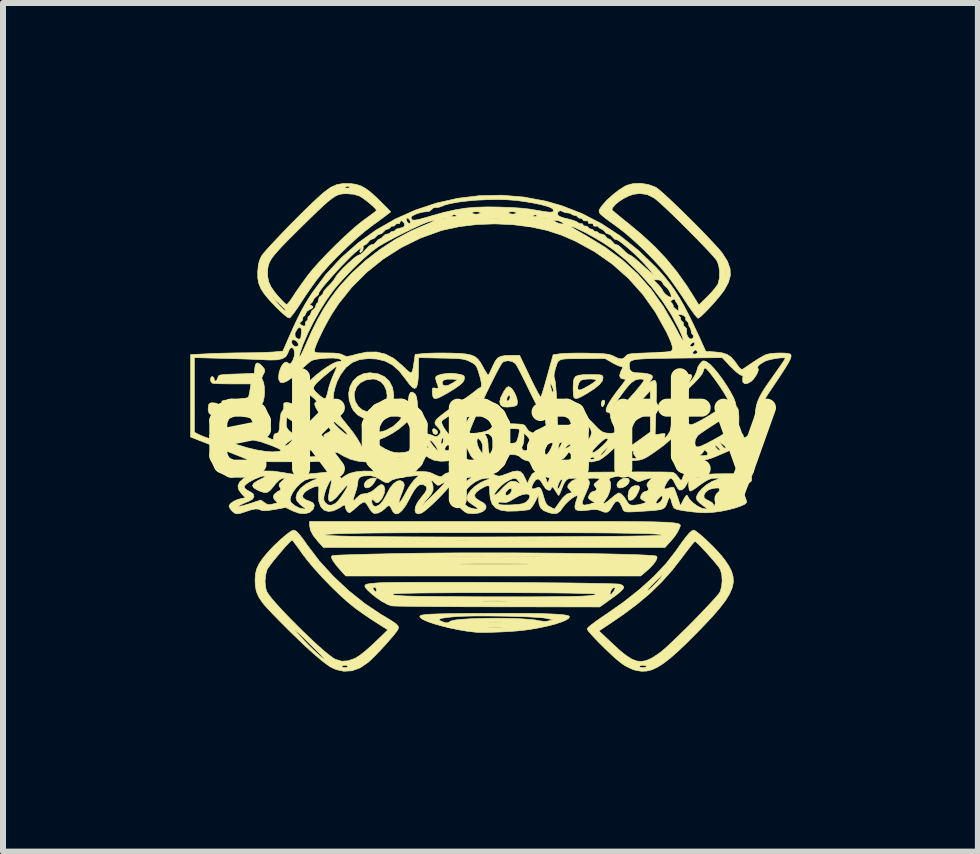
<source format=kicad_pcb>
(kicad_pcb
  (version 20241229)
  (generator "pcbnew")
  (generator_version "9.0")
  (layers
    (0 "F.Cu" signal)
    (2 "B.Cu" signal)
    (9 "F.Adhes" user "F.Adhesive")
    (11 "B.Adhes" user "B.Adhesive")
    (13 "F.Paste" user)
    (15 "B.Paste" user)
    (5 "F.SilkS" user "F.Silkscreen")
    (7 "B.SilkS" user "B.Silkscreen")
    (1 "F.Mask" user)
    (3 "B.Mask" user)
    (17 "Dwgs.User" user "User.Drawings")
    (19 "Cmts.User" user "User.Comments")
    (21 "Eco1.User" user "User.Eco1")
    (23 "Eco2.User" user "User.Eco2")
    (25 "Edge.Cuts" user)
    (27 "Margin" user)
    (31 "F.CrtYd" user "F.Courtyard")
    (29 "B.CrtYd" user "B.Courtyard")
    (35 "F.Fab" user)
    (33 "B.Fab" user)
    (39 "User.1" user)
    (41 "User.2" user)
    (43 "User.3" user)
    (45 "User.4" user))
  (footprint "ekoparty"
    (layer "F.Cu")
    (at 5.124 4.071)
    (property "Reference" "ekoparty" (at 0 0 0) (layer "F.SilkS") (effects (font (size 1.524 1.524) (thickness 0.3))))
    (attr through_hole)
    (fp_poly (pts (xy -0.913 0.034) (xy -0.883 0.067) (xy -0.883 0.101) (xy -0.912 0.12) (xy -0.946 0.108) (xy -0.96 0.082) (xy -0.966 0.037) (xy -0.946 0.021) (xy -0.913 0.034)) (stroke (width 0.01) (type solid)) (fill yes) (layer "F.SilkS"))
    (fp_poly (pts (xy 1.906 -0.44) (xy 1.903 -0.4) (xy 1.891 -0.374) (xy 1.871 -0.343) (xy 1.857 -0.347) (xy 1.852 -0.359) (xy 1.847 -0.402) (xy 1.859 -0.44) (xy 1.88 -0.454) (xy 1.906 -0.44)) (stroke (width 0.01) (type solid)) (fill yes) (layer "F.SilkS"))
    (fp_poly (pts (xy -1.93 0.908) (xy -1.971 0.965) (xy -2.02 1.001) (xy -2.066 1.011) (xy -2.093 0.998) (xy -2.106 0.96) (xy -2.09 0.917) (xy -2.051 0.878) (xy -1.998 0.852) (xy -1.961 0.847) (xy -1.899 0.847) (xy -1.93 0.908)) (stroke (width 0.01) (type solid)) (fill yes) (layer "F.SilkS"))
    (fp_poly (pts (xy 2.295 0.852) (xy 2.311 0.876) (xy 2.313 0.898) (xy 2.296 0.941) (xy 2.254 0.979) (xy 2.201 1.005) (xy 2.15 1.012) (xy 2.12 0.998) (xy 2.106 0.96) (xy 2.123 0.917) (xy 2.162 0.878) (xy 2.214 0.852) (xy 2.251 0.847) (xy 2.295 0.852)) (stroke (width 0.01) (type solid)) (fill yes) (layer "F.SilkS"))
    (fp_poly (pts (xy 2.47 0.976) (xy 2.486 0.999) (xy 2.476 1.046) (xy 2.466 1.071) (xy 2.42 1.157) (xy 2.37 1.207) (xy 2.33 1.218) (xy 2.305 1.21) (xy 2.294 1.179) (xy 2.292 1.136) (xy 2.307 1.056) (xy 2.347 0.999) (xy 2.406 0.972) (xy 2.423 0.971) (xy 2.47 0.976)) (stroke (width 0.01) (type solid)) (fill yes) (layer "F.SilkS"))
    (fp_poly (pts (xy 0.305 -0.677) (xy 0.346 -0.653) (xy 0.386 -0.602) (xy 0.42 -0.536) (xy 0.443 -0.467) (xy 0.451 -0.407) (xy 0.438 -0.368) (xy 0.438 -0.368) (xy 0.403 -0.352) (xy 0.344 -0.341) (xy 0.279 -0.337) (xy 0.224 -0.34) (xy 0.207 -0.344) (xy 0.166 -0.376) (xy 0.154 -0.426) (xy 0.167 -0.476) (xy 0.272 -0.476) (xy 0.275 -0.441) (xy 0.293 -0.438) (xy 0.317 -0.464) (xy 0.327 -0.494) (xy 0.324 -0.529) (xy 0.306 -0.532) (xy 0.282 -0.507) (xy 0.272 -0.476) (xy 0.167 -0.476) (xy 0.172 -0.497) (xy 0.221 -0.594) (xy 0.221 -0.595) (xy 0.263 -0.655) (xy 0.298 -0.678) (xy 0.305 -0.677)) (stroke (width 0.01) (type solid)) (fill yes) (layer "F.SilkS"))
    (fp_poly (pts (xy -0.599 -0.897) (xy -0.517 -0.883) (xy -0.468 -0.871) (xy -0.443 -0.857) (xy -0.434 -0.836) (xy -0.434 -0.819) (xy -0.441 -0.782) (xy -0.467 -0.744) (xy -0.517 -0.7) (xy -0.594 -0.646) (xy -0.702 -0.579) (xy -0.8 -0.524) (xy -0.868 -0.49) (xy -0.914 -0.478) (xy -0.943 -0.485) (xy -0.958 -0.508) (xy -0.967 -0.552) (xy -0.971 -0.603) (xy -0.967 -0.646) (xy -0.948 -0.657) (xy -0.919 -0.652) (xy -0.883 -0.647) (xy -0.87 -0.661) (xy -0.878 -0.7) (xy -0.896 -0.745) (xy -0.805 -0.745) (xy -0.791 -0.704) (xy -0.751 -0.691) (xy -0.691 -0.705) (xy -0.617 -0.746) (xy -0.609 -0.751) (xy -0.547 -0.795) (xy -0.628 -0.802) (xy -0.722 -0.802) (xy -0.781 -0.785) (xy -0.805 -0.751) (xy -0.805 -0.745) (xy -0.896 -0.745) (xy -0.897 -0.747) (xy -0.913 -0.803) (xy -0.911 -0.843) (xy -0.909 -0.845) (xy -0.878 -0.865) (xy -0.819 -0.883) (xy -0.743 -0.895) (xy -0.666 -0.901) (xy -0.599 -0.897)) (stroke (width 0.01) (type solid)) (fill yes) (layer "F.SilkS"))
    (fp_poly (pts (xy 1.753 -0.877) (xy 1.814 -0.875) (xy 1.85 -0.869) (xy 1.867 -0.857) (xy 1.874 -0.839) (xy 1.876 -0.829) (xy 1.864 -0.774) (xy 1.815 -0.711) (xy 1.727 -0.64) (xy 1.611 -0.566) (xy 1.525 -0.517) (xy 1.466 -0.488) (xy 1.428 -0.478) (xy 1.405 -0.484) (xy 1.391 -0.5) (xy 1.383 -0.533) (xy 1.379 -0.593) (xy 1.378 -0.65) (xy 1.453 -0.65) (xy 1.46 -0.633) (xy 1.477 -0.622) (xy 1.502 -0.624) (xy 1.543 -0.641) (xy 1.608 -0.677) (xy 1.642 -0.696) (xy 1.704 -0.734) (xy 1.747 -0.767) (xy 1.764 -0.787) (xy 1.763 -0.788) (xy 1.736 -0.8) (xy 1.683 -0.805) (xy 1.618 -0.804) (xy 1.556 -0.797) (xy 1.511 -0.784) (xy 1.504 -0.78) (xy 1.476 -0.743) (xy 1.458 -0.694) (xy 1.453 -0.65) (xy 1.378 -0.65) (xy 1.378 -0.668) (xy 1.381 -0.752) (xy 1.393 -0.811) (xy 1.419 -0.847) (xy 1.467 -0.867) (xy 1.543 -0.876) (xy 1.653 -0.878) (xy 1.658 -0.878) (xy 1.753 -0.877)) (stroke (width 0.01) (type solid)) (fill yes) (layer "F.SilkS"))
    (fp_poly (pts (xy -1.876 -0.892) (xy -1.767 -0.843) (xy -1.684 -0.765) (xy -1.631 -0.661) (xy -1.611 -0.534) (xy -1.611 -0.524) (xy -1.625 -0.426) (xy -1.664 -0.328) (xy -1.72 -0.251) (xy -1.728 -0.244) (xy -1.783 -0.206) (xy -1.856 -0.169) (xy -1.932 -0.139) (xy -1.994 -0.126) (xy -2.003 -0.125) (xy -2.057 -0.134) (xy -2.12 -0.154) (xy -2.126 -0.157) (xy -2.217 -0.208) (xy -2.281 -0.277) (xy -2.312 -0.33) (xy -2.355 -0.452) (xy -2.361 -0.534) (xy -2.271 -0.534) (xy -2.254 -0.432) (xy -2.205 -0.349) (xy -2.134 -0.288) (xy -2.047 -0.254) (xy -1.953 -0.25) (xy -1.859 -0.281) (xy -1.836 -0.295) (xy -1.77 -0.36) (xy -1.732 -0.441) (xy -1.722 -0.53) (xy -1.736 -0.618) (xy -1.772 -0.698) (xy -1.83 -0.761) (xy -1.906 -0.798) (xy -1.962 -0.805) (xy -2.075 -0.789) (xy -2.167 -0.743) (xy -2.233 -0.672) (xy -2.268 -0.581) (xy -2.271 -0.534) (xy -2.361 -0.534) (xy -2.363 -0.571) (xy -2.34 -0.68) (xy -2.289 -0.774) (xy -2.212 -0.848) (xy -2.113 -0.894) (xy -2.01 -0.909) (xy -1.876 -0.892)) (stroke (width 0.01) (type solid)) (fill yes) (layer "F.SilkS"))
    (fp_poly (pts (xy 0.078 2.093) (xy 0.364 2.093) (xy 0.648 2.095) (xy 0.927 2.097) (xy 1.198 2.099) (xy 1.457 2.103) (xy 1.702 2.106) (xy 1.929 2.11) (xy 2.136 2.115) (xy 2.318 2.12) (xy 2.475 2.125) (xy 2.601 2.131) (xy 2.694 2.137) (xy 2.751 2.143) (xy 2.767 2.148) (xy 2.777 2.175) (xy 2.758 2.222) (xy 2.715 2.282) (xy 2.651 2.35) (xy 2.604 2.392) (xy 2.502 2.478) (xy -2.412 2.478) (xy -2.509 2.371) (xy -2.562 2.308) (xy -2.584 2.279) (xy -0.515 2.279) (xy -0.511 2.28) (xy -0.471 2.281) (xy -0.397 2.282) (xy -0.29 2.282) (xy -0.153 2.283) (xy 0.014 2.283) (xy 0.062 2.283) (xy 0.236 2.283) (xy 0.381 2.282) (xy 0.496 2.282) (xy 0.579 2.281) (xy 0.628 2.28) (xy 0.642 2.279) (xy 0.618 2.278) (xy 0.555 2.277) (xy 0.532 2.277) (xy 0.355 2.275) (xy 0.155 2.274) (xy -0.054 2.274) (xy -0.253 2.275) (xy -0.408 2.277) (xy -0.481 2.278) (xy -0.515 2.279) (xy -2.584 2.279) (xy -2.608 2.248) (xy -2.634 2.208) (xy -2.651 2.167) (xy -2.648 2.156) (xy -0.714 2.156) (xy -0.689 2.156) (xy -0.629 2.157) (xy -0.535 2.158) (xy -0.408 2.158) (xy -0.251 2.158) (xy -0.064 2.159) (xy 0.072 2.159) (xy 0.278 2.159) (xy 0.455 2.158) (xy 0.603 2.158) (xy 0.719 2.157) (xy 0.803 2.157) (xy 0.852 2.156) (xy 0.866 2.155) (xy 0.842 2.154) (xy 0.78 2.153) (xy 0.719 2.153) (xy 0.519 2.151) (xy 0.292 2.151) (xy 0.052 2.15) (xy -0.187 2.151) (xy -0.411 2.152) (xy -0.561 2.153) (xy -0.651 2.154) (xy -0.702 2.155) (xy -0.714 2.156) (xy -2.648 2.156) (xy -2.646 2.147) (xy -2.627 2.138) (xy -2.6 2.135) (xy -2.536 2.131) (xy -2.438 2.127) (xy -2.311 2.123) (xy -2.159 2.119) (xy -1.985 2.114) (xy -1.794 2.11) (xy -1.59 2.105) (xy -1.507 2.104) (xy -1.274 2.1) (xy -1.024 2.097) (xy -0.761 2.095) (xy -0.488 2.093) (xy -0.207 2.093) (xy 0.078 2.093)) (stroke (width 0.01) (type solid)) (fill yes) (layer "F.SilkS"))
    (fp_poly (pts (xy 0.425 3.101) (xy 0.649 3.102) (xy 0.838 3.105) (xy 0.992 3.11) (xy 1.114 3.116) (xy 1.206 3.124) (xy 1.269 3.133) (xy 1.306 3.144) (xy 1.317 3.155) (xy 1.305 3.182) (xy 1.258 3.213) (xy 1.18 3.246) (xy 1.076 3.28) (xy 0.952 3.312) (xy 0.812 3.342) (xy 0.661 3.368) (xy 0.537 3.385) (xy 0.431 3.395) (xy 0.304 3.404) (xy 0.168 3.411) (xy 0.033 3.416) (xy -0.09 3.419) (xy -0.192 3.418) (xy -0.248 3.415) (xy -0.381 3.4) (xy -0.524 3.376) (xy -0.669 3.346) (xy -0.723 3.333) (xy -0.051 3.333) (xy -0.04 3.336) (xy 0.006 3.337) (xy 0.072 3.338) (xy 0.147 3.337) (xy 0.192 3.335) (xy 0.202 3.333) (xy 0.181 3.33) (xy 0.099 3.327) (xy 0.007 3.328) (xy -0.025 3.33) (xy -0.051 3.333) (xy -0.723 3.333) (xy -0.81 3.312) (xy -0.937 3.276) (xy -1.043 3.24) (xy -1.119 3.206) (xy -1.122 3.205) (xy -0.857 3.205) (xy -0.842 3.221) (xy -0.815 3.235) (xy -0.749 3.258) (xy -0.705 3.257) (xy -0.696 3.251) (xy -0.039 3.251) (xy -0.026 3.253) (xy 0.022 3.255) (xy 0.072 3.255) (xy 0.142 3.255) (xy 0.182 3.253) (xy 0.188 3.25) (xy 0.171 3.248) (xy 0.093 3.244) (xy 0.007 3.246) (xy -0.015 3.248) (xy -0.039 3.251) (xy -0.696 3.251) (xy -0.67 3.234) (xy -0.636 3.221) (xy -0.567 3.209) (xy -0.469 3.2) (xy -0.347 3.192) (xy -0.208 3.187) (xy -0.057 3.183) (xy 0.098 3.182) (xy 0.253 3.183) (xy 0.401 3.187) (xy 0.536 3.193) (xy 0.653 3.201) (xy 0.744 3.211) (xy 0.802 3.223) (xy 0.906 3.236) (xy 0.963 3.228) (xy 1.043 3.208) (xy 0.933 3.184) (xy 0.874 3.175) (xy 0.78 3.168) (xy 0.658 3.161) (xy 0.515 3.155) (xy 0.357 3.15) (xy 0.19 3.147) (xy 0.022 3.145) (xy -0.141 3.144) (xy -0.293 3.145) (xy -0.427 3.148) (xy -0.536 3.152) (xy -0.582 3.155) (xy -0.706 3.167) (xy -0.791 3.179) (xy -0.841 3.191) (xy -0.857 3.205) (xy -1.122 3.205) (xy -1.145 3.19) (xy -1.166 3.172) (xy -1.177 3.157) (xy -1.175 3.145) (xy -1.157 3.134) (xy -1.121 3.126) (xy -1.063 3.119) (xy -0.981 3.114) (xy -0.871 3.11) (xy -0.731 3.107) (xy -0.558 3.105) (xy -0.349 3.103) (xy -0.138 3.102) (xy 0.163 3.101) (xy 0.425 3.101)) (stroke (width 0.01) (type solid)) (fill yes) (layer "F.SilkS"))
    (fp_poly (pts (xy 2.627 -4.047) (xy 2.741 -4.006) (xy 2.763 -3.994) (xy 2.805 -3.963) (xy 2.871 -3.906) (xy 2.957 -3.828) (xy 3.057 -3.734) (xy 3.168 -3.627) (xy 3.284 -3.513) (xy 3.402 -3.396) (xy 3.516 -3.28) (xy 3.623 -3.169) (xy 3.717 -3.069) (xy 3.795 -2.984) (xy 3.851 -2.918) (xy 3.869 -2.894) (xy 3.95 -2.765) (xy 3.993 -2.645) (xy 3.998 -2.53) (xy 3.966 -2.414) (xy 3.898 -2.289) (xy 3.898 -2.289) (xy 3.851 -2.225) (xy 3.79 -2.15) (xy 3.721 -2.07) (xy 3.649 -1.991) (xy 3.581 -1.92) (xy 3.522 -1.863) (xy 3.479 -1.827) (xy 3.459 -1.817) (xy 3.439 -1.834) (xy 3.402 -1.879) (xy 3.352 -1.948) (xy 3.293 -2.033) (xy 3.262 -2.081) (xy 3.189 -2.192) (xy 3.109 -2.309) (xy 3.031 -2.419) (xy 2.965 -2.508) (xy 2.957 -2.519) (xy 2.841 -2.659) (xy 2.703 -2.809) (xy 2.552 -2.961) (xy 2.396 -3.107) (xy 2.245 -3.238) (xy 2.106 -3.345) (xy 2.077 -3.366) (xy 1.99 -3.428) (xy 1.914 -3.485) (xy 1.857 -3.531) (xy 1.825 -3.562) (xy 1.824 -3.565) (xy 1.81 -3.593) (xy 1.813 -3.622) (xy 1.815 -3.626) (xy 2.024 -3.626) (xy 2.039 -3.61) (xy 2.081 -3.573) (xy 2.145 -3.52) (xy 2.225 -3.455) (xy 2.277 -3.414) (xy 2.523 -3.209) (xy 2.739 -3.01) (xy 2.93 -2.807) (xy 3.107 -2.591) (xy 3.275 -2.354) (xy 3.404 -2.15) (xy 3.473 -2.038) (xy 3.618 -2.181) (xy 3.684 -2.25) (xy 3.741 -2.316) (xy 3.781 -2.37) (xy 3.792 -2.39) (xy 3.816 -2.485) (xy 3.818 -2.571) (xy 3.909 -2.571) (xy 3.91 -2.522) (xy 3.914 -2.504) (xy 3.917 -2.514) (xy 3.921 -2.571) (xy 3.918 -2.617) (xy 3.913 -2.631) (xy 3.91 -2.609) (xy 3.909 -2.571) (xy 3.818 -2.571) (xy 3.819 -2.596) (xy 3.802 -2.704) (xy 3.777 -2.77) (xy 3.752 -2.805) (xy 3.701 -2.864) (xy 3.629 -2.943) (xy 3.54 -3.036) (xy 3.439 -3.141) (xy 3.33 -3.251) (xy 3.218 -3.363) (xy 3.107 -3.473) (xy 3.001 -3.576) (xy 2.904 -3.667) (xy 2.823 -3.742) (xy 2.759 -3.797) (xy 2.725 -3.823) (xy 2.612 -3.879) (xy 2.491 -3.896) (xy 2.384 -3.883) (xy 2.304 -3.856) (xy 2.22 -3.814) (xy 2.141 -3.763) (xy 2.076 -3.709) (xy 2.035 -3.659) (xy 2.024 -3.626) (xy 1.815 -3.626) (xy 1.837 -3.663) (xy 1.864 -3.699) (xy 1.937 -3.782) (xy 2.032 -3.868) (xy 2.134 -3.949) (xy 2.23 -4.011) (xy 2.27 -4.032) (xy 2.377 -4.061) (xy 2.5 -4.066) (xy 2.627 -4.047)) (stroke (width 0.01) (type solid)) (fill yes) (layer "F.SilkS"))
    (fp_poly (pts (xy 1.518 1.569) (xy 1.793 1.569) (xy 2.036 1.57) (xy 2.249 1.571) (xy 2.434 1.572) (xy 2.593 1.574) (xy 2.728 1.576) (xy 2.841 1.58) (xy 2.933 1.583) (xy 3.006 1.588) (xy 3.063 1.594) (xy 3.105 1.601) (xy 3.134 1.608) (xy 3.153 1.617) (xy 3.162 1.628) (xy 3.164 1.639) (xy 3.161 1.652) (xy 3.155 1.667) (xy 3.147 1.683) (xy 3.14 1.701) (xy 3.139 1.703) (xy 3.113 1.755) (xy 3.067 1.822) (xy 3.012 1.889) (xy 3.011 1.89) (xy 2.908 2.003) (xy -2.783 2.003) (xy -2.866 1.913) (xy -2.886 1.887) (xy -0.597 1.887) (xy -0.565 1.888) (xy -0.498 1.889) (xy -0.397 1.889) (xy -0.265 1.89) (xy -0.103 1.89) (xy 0.072 1.89) (xy 0.261 1.89) (xy 0.422 1.89) (xy 0.553 1.889) (xy 0.652 1.889) (xy 0.718 1.888) (xy 0.749 1.887) (xy 0.744 1.886) (xy 0.7 1.885) (xy 0.626 1.884) (xy 0.441 1.883) (xy 0.229 1.882) (xy 0.006 1.882) (xy -0.212 1.883) (xy -0.411 1.884) (xy -0.468 1.884) (xy -0.55 1.885) (xy -0.593 1.886) (xy -0.597 1.887) (xy -2.886 1.887) (xy -2.95 1.809) (xy -2.958 1.795) (xy -2.755 1.795) (xy -2.728 1.801) (xy -2.66 1.806) (xy -2.551 1.811) (xy -2.402 1.815) (xy -2.212 1.819) (xy -1.982 1.822) (xy -1.711 1.824) (xy -1.402 1.826) (xy -1.052 1.827) (xy -0.664 1.828) (xy -0.236 1.828) (xy 0.23 1.827) (xy 0.516 1.826) (xy 0.818 1.825) (xy 1.11 1.824) (xy 1.388 1.822) (xy 1.65 1.82) (xy 1.893 1.818) (xy 2.114 1.816) (xy 2.31 1.814) (xy 2.48 1.811) (xy 2.619 1.809) (xy 2.725 1.806) (xy 2.796 1.804) (xy 2.828 1.802) (xy 2.829 1.801) (xy 2.846 1.795) (xy 2.838 1.789) (xy 2.804 1.783) (xy 2.743 1.778) (xy 2.654 1.774) (xy 2.536 1.77) (xy 2.387 1.767) (xy 2.206 1.764) (xy 1.993 1.761) (xy 1.744 1.759) (xy 1.461 1.758) (xy 1.14 1.757) (xy 0.782 1.756) (xy 0.385 1.756) (xy 0.062 1.755) (xy -0.373 1.756) (xy -0.767 1.756) (xy -1.122 1.757) (xy -1.439 1.758) (xy -1.719 1.76) (xy -1.963 1.762) (xy -2.172 1.765) (xy -2.348 1.768) (xy -2.49 1.772) (xy -2.601 1.776) (xy -2.681 1.781) (xy -2.732 1.786) (xy -2.755 1.791) (xy -2.755 1.795) (xy -2.958 1.795) (xy -2.999 1.718) (xy -3.015 1.634) (xy -3.015 1.632) (xy -3.015 1.569) (xy 0.063 1.569) (xy 0.484 1.569) (xy 0.865 1.569) (xy 1.21 1.569) (xy 1.518 1.569)) (stroke (width 0.01) (type solid)) (fill yes) (layer "F.SilkS"))
    (fp_poly (pts (xy 3.417 1.728) (xy 3.47 1.768) (xy 3.539 1.826) (xy 3.617 1.898) (xy 3.698 1.977) (xy 3.776 2.058) (xy 3.845 2.135) (xy 3.899 2.202) (xy 3.903 2.208) (xy 3.97 2.307) (xy 4.017 2.399) (xy 4.043 2.489) (xy 4.048 2.579) (xy 4.029 2.672) (xy 3.986 2.773) (xy 3.918 2.885) (xy 3.822 3.011) (xy 3.698 3.154) (xy 3.544 3.318) (xy 3.44 3.425) (xy 3.269 3.596) (xy 3.121 3.737) (xy 2.992 3.85) (xy 2.879 3.937) (xy 2.778 4) (xy 2.687 4.042) (xy 2.601 4.063) (xy 2.518 4.066) (xy 2.433 4.053) (xy 2.383 4.039) (xy 2.317 4.011) (xy 2.268 3.986) (xy 2.478 3.986) (xy 2.496 4) (xy 2.539 4.006) (xy 2.54 4.006) (xy 2.583 4) (xy 2.602 3.986) (xy 2.602 3.986) (xy 2.584 3.971) (xy 2.541 3.965) (xy 2.54 3.965) (xy 2.497 3.971) (xy 2.478 3.985) (xy 2.478 3.986) (xy 2.268 3.986) (xy 2.239 3.97) (xy 2.197 3.943) (xy 2.144 3.902) (xy 2.074 3.843) (xy 1.995 3.77) (xy 1.911 3.69) (xy 1.827 3.607) (xy 1.75 3.528) (xy 1.685 3.458) (xy 1.637 3.403) (xy 1.631 3.394) (xy 1.808 3.394) (xy 2.033 3.606) (xy 2.159 3.722) (xy 2.266 3.807) (xy 2.356 3.864) (xy 2.437 3.895) (xy 2.513 3.903) (xy 2.59 3.889) (xy 2.654 3.864) (xy 2.714 3.831) (xy 2.788 3.782) (xy 2.85 3.737) (xy 2.907 3.688) (xy 2.984 3.618) (xy 3.075 3.531) (xy 3.177 3.432) (xy 3.285 3.326) (xy 3.394 3.216) (xy 3.5 3.107) (xy 3.598 3.004) (xy 3.684 2.912) (xy 3.754 2.835) (xy 3.803 2.777) (xy 3.826 2.743) (xy 3.852 2.657) (xy 3.861 2.555) (xy 3.854 2.454) (xy 3.831 2.371) (xy 3.825 2.36) (xy 3.8 2.322) (xy 3.754 2.266) (xy 3.696 2.197) (xy 3.63 2.123) (xy 3.564 2.05) (xy 3.502 1.984) (xy 3.451 1.934) (xy 3.417 1.905) (xy 3.408 1.9) (xy 3.391 1.916) (xy 3.354 1.959) (xy 3.302 2.025) (xy 3.239 2.107) (xy 3.2 2.16) (xy 3.029 2.38) (xy 2.851 2.579) (xy 2.66 2.765) (xy 2.447 2.945) (xy 2.206 3.125) (xy 2.055 3.228) (xy 1.808 3.394) (xy 1.631 3.394) (xy 1.613 3.367) (xy 1.611 3.36) (xy 1.628 3.336) (xy 1.678 3.293) (xy 1.757 3.234) (xy 1.862 3.161) (xy 1.906 3.132) (xy 2.212 2.918) (xy 2.46 2.722) (xy 2.613 2.722) (xy 2.614 2.726) (xy 2.638 2.712) (xy 2.68 2.675) (xy 2.728 2.628) (xy 2.803 2.547) (xy 2.851 2.492) (xy 2.871 2.463) (xy 2.865 2.462) (xy 2.831 2.49) (xy 2.771 2.547) (xy 2.726 2.592) (xy 2.67 2.65) (xy 2.631 2.695) (xy 2.613 2.722) (xy 2.46 2.722) (xy 2.485 2.702) (xy 2.725 2.485) (xy 2.928 2.269) (xy 3.093 2.057) (xy 3.099 2.048) (xy 3.189 1.919) (xy 3.261 1.824) (xy 3.317 1.759) (xy 3.359 1.724) (xy 3.386 1.714) (xy 3.417 1.728)) (stroke (width 0.01) (type solid)) (fill yes) (layer "F.SilkS"))
    (fp_poly (pts (xy -2.327 -4.061) (xy -2.325 -4.061) (xy -2.239 -4.048) (xy -2.16 -4.023) (xy -2.082 -3.98) (xy -1.996 -3.916) (xy -1.897 -3.827) (xy -1.817 -3.748) (xy -1.662 -3.591) (xy -1.714 -3.551) (xy -1.751 -3.523) (xy -1.813 -3.477) (xy -1.89 -3.42) (xy -1.972 -3.361) (xy -2.1 -3.262) (xy -2.243 -3.139) (xy -2.395 -2.999) (xy -2.545 -2.852) (xy -2.686 -2.706) (xy -2.807 -2.569) (xy -2.839 -2.53) (xy -2.91 -2.439) (xy -2.991 -2.326) (xy -3.074 -2.206) (xy -3.149 -2.092) (xy -3.153 -2.086) (xy -3.213 -1.994) (xy -3.268 -1.916) (xy -3.313 -1.858) (xy -3.343 -1.825) (xy -3.351 -1.821) (xy -3.382 -1.833) (xy -3.436 -1.875) (xy -3.512 -1.944) (xy -3.581 -2.012) (xy -3.691 -2.128) (xy -3.733 -2.179) (xy -3.641 -2.179) (xy -3.553 -2.071) (xy -3.496 -2.007) (xy -3.45 -1.962) (xy -3.418 -1.941) (xy -3.407 -1.947) (xy -3.421 -1.963) (xy -3.458 -2) (xy -3.51 -2.052) (xy -3.524 -2.066) (xy -3.641 -2.179) (xy -3.733 -2.179) (xy -3.772 -2.227) (xy -3.828 -2.314) (xy -3.862 -2.398) (xy -3.878 -2.485) (xy -3.878 -2.517) (xy -3.714 -2.517) (xy -3.696 -2.425) (xy -3.656 -2.337) (xy -3.588 -2.242) (xy -3.547 -2.193) (xy -3.489 -2.129) (xy -3.44 -2.079) (xy -3.406 -2.049) (xy -3.397 -2.045) (xy -3.377 -2.061) (xy -3.342 -2.105) (xy -3.298 -2.168) (xy -3.274 -2.205) (xy -3.214 -2.295) (xy -3.14 -2.4) (xy -3.066 -2.502) (xy -3.038 -2.54) (xy -2.953 -2.644) (xy -2.845 -2.764) (xy -2.722 -2.894) (xy -2.59 -3.027) (xy -2.456 -3.156) (xy -2.327 -3.275) (xy -2.209 -3.377) (xy -2.109 -3.455) (xy -2.091 -3.468) (xy -2.015 -3.523) (xy -1.953 -3.569) (xy -1.912 -3.602) (xy -1.9 -3.616) (xy -1.915 -3.64) (xy -1.955 -3.681) (xy -2.011 -3.73) (xy -2.073 -3.78) (xy -2.133 -3.824) (xy -2.182 -3.853) (xy -2.183 -3.854) (xy -2.28 -3.884) (xy -2.397 -3.893) (xy -2.449 -3.891) (xy -2.495 -3.886) (xy -2.54 -3.873) (xy -2.588 -3.85) (xy -2.642 -3.814) (xy -2.707 -3.763) (xy -2.786 -3.693) (xy -2.882 -3.603) (xy -3.001 -3.488) (xy -3.136 -3.356) (xy -3.282 -3.211) (xy -3.401 -3.092) (xy -3.495 -2.994) (xy -3.568 -2.913) (xy -3.623 -2.847) (xy -3.661 -2.791) (xy -3.687 -2.741) (xy -3.702 -2.695) (xy -3.711 -2.649) (xy -3.713 -2.624) (xy -3.714 -2.517) (xy -3.878 -2.517) (xy -3.879 -2.583) (xy -3.878 -2.6) (xy -3.869 -2.698) (xy -3.852 -2.772) (xy -3.824 -2.838) (xy -3.812 -2.858) (xy -3.783 -2.898) (xy -3.728 -2.962) (xy -3.652 -3.045) (xy -3.56 -3.143) (xy -3.456 -3.252) (xy -3.345 -3.367) (xy -3.23 -3.482) (xy -3.117 -3.595) (xy -3.01 -3.7) (xy -2.913 -3.792) (xy -2.831 -3.868) (xy -2.772 -3.919) (xy -2.669 -3.994) (xy -2.43 -3.994) (xy -2.418 -3.987) (xy -2.386 -3.986) (xy -2.346 -3.99) (xy -2.344 -4.003) (xy -2.348 -4.008) (xy -2.381 -4.02) (xy -2.409 -4.009) (xy -2.43 -3.994) (xy -2.669 -3.994) (xy -2.665 -3.997) (xy -2.564 -4.043) (xy -2.456 -4.063) (xy -2.327 -4.061)) (stroke (width 0.01) (type solid)) (fill yes) (layer "F.SilkS"))
    (fp_poly (pts (xy -0.572 2.583) (xy -0.33 2.583) (xy -0.081 2.584) (xy 0.171 2.586) (xy 0.422 2.587) (xy 0.67 2.589) (xy 0.91 2.591) (xy 1.139 2.593) (xy 1.354 2.595) (xy 1.551 2.598) (xy 1.726 2.601) (xy 1.877 2.604) (xy 1.999 2.607) (xy 2.089 2.61) (xy 2.143 2.613) (xy 2.158 2.615) (xy 2.203 2.635) (xy 2.221 2.659) (xy 2.212 2.691) (xy 2.173 2.733) (xy 2.103 2.791) (xy 2.026 2.847) (xy 1.82 2.994) (xy 0.12 2.992) (xy -0.143 2.991) (xy -0.395 2.991) (xy -0.634 2.989) (xy -0.855 2.988) (xy -1.056 2.986) (xy -1.233 2.985) (xy -1.384 2.983) (xy -1.504 2.981) (xy -1.591 2.979) (xy -1.642 2.976) (xy -1.652 2.975) (xy -1.717 2.952) (xy -1.8 2.906) (xy -1.812 2.899) (xy -0.145 2.899) (xy -0.143 2.9) (xy -0.105 2.902) (xy -0.035 2.903) (xy 0.062 2.903) (xy 0.161 2.903) (xy 0.23 2.902) (xy 0.267 2.9) (xy 0.268 2.898) (xy 0.232 2.896) (xy 0.121 2.894) (xy -0.004 2.894) (xy -0.108 2.896) (xy -0.145 2.899) (xy -1.812 2.899) (xy -1.89 2.847) (xy -1.966 2.787) (xy -1.631 2.787) (xy -1.612 2.796) (xy -1.559 2.803) (xy -1.469 2.809) (xy -1.466 2.809) (xy -1.397 2.812) (xy -1.291 2.815) (xy -1.153 2.817) (xy -0.988 2.819) (xy -0.801 2.821) (xy -0.596 2.822) (xy -0.378 2.824) (xy -0.151 2.825) (xy 0.078 2.825) (xy 0.307 2.825) (xy 0.53 2.825) (xy 0.742 2.825) (xy 0.938 2.824) (xy 1.115 2.822) (xy 1.266 2.821) (xy 1.389 2.819) (xy 1.476 2.816) (xy 1.495 2.816) (xy 1.615 2.809) (xy 1.696 2.801) (xy 1.743 2.793) (xy 1.757 2.784) (xy 1.756 2.781) (xy 1.994 2.781) (xy 2.003 2.788) (xy 2.024 2.772) (xy 2.054 2.735) (xy 2.054 2.734) (xy 2.076 2.69) (xy 2.074 2.667) (xy 2.05 2.673) (xy 2.037 2.682) (xy 2.012 2.714) (xy 1.996 2.752) (xy 1.994 2.781) (xy 1.756 2.781) (xy 1.755 2.779) (xy 1.731 2.775) (xy 1.669 2.772) (xy 1.574 2.769) (xy 1.449 2.766) (xy 1.297 2.763) (xy 1.123 2.761) (xy 0.931 2.759) (xy 0.723 2.758) (xy 0.505 2.757) (xy 0.279 2.756) (xy 0.05 2.756) (xy -0.179 2.756) (xy -0.404 2.756) (xy -0.621 2.757) (xy -0.827 2.759) (xy -1.017 2.76) (xy -1.188 2.762) (xy -1.335 2.765) (xy -1.457 2.767) (xy -1.547 2.771) (xy -1.604 2.774) (xy -1.621 2.777) (xy -1.631 2.787) (xy -1.966 2.787) (xy -1.977 2.779) (xy -2.044 2.717) (xy -2.08 2.676) (xy -2.081 2.675) (xy -1.959 2.675) (xy -1.952 2.703) (xy -1.937 2.722) (xy -1.91 2.744) (xy -1.901 2.731) (xy -1.9 2.705) (xy -1.913 2.672) (xy -1.931 2.664) (xy -1.959 2.675) (xy -2.081 2.675) (xy -2.095 2.646) (xy -2.084 2.625) (xy -2.044 2.611) (xy -1.97 2.601) (xy -1.86 2.592) (xy -1.85 2.592) (xy -1.787 2.589) (xy -1.69 2.587) (xy -1.561 2.585) (xy -1.405 2.584) (xy -1.224 2.583) (xy -1.023 2.583) (xy -0.804 2.583) (xy -0.572 2.583)) (stroke (width 0.01) (type solid)) (fill yes) (layer "F.SilkS"))
    (fp_poly (pts (xy -3.253 1.723) (xy -3.217 1.751) (xy -3.169 1.805) (xy -3.108 1.886) (xy -3.051 1.967) (xy -2.851 2.23) (xy -2.619 2.484) (xy -2.364 2.723) (xy -2.095 2.938) (xy -1.821 3.121) (xy -1.805 3.13) (xy -1.696 3.195) (xy -1.619 3.244) (xy -1.569 3.28) (xy -1.542 3.309) (xy -1.533 3.333) (xy -1.538 3.358) (xy -1.542 3.369) (xy -1.568 3.408) (xy -1.617 3.47) (xy -1.683 3.547) (xy -1.759 3.633) (xy -1.839 3.72) (xy -1.918 3.802) (xy -1.988 3.871) (xy -2.041 3.919) (xy -2.173 4.009) (xy -2.308 4.058) (xy -2.445 4.066) (xy -2.566 4.039) (xy -2.616 4.019) (xy -2.663 3.995) (xy -2.678 3.986) (xy -2.478 3.986) (xy -2.46 4.001) (xy -2.426 4.006) (xy -2.388 3.999) (xy -2.375 3.986) (xy -2.392 3.97) (xy -2.426 3.965) (xy -2.465 3.972) (xy -2.478 3.986) (xy -2.678 3.986) (xy -2.714 3.962) (xy -2.777 3.915) (xy -2.859 3.848) (xy -2.904 3.81) (xy -2.982 3.741) (xy -3.078 3.654) (xy -3.184 3.553) (xy -3.298 3.444) (xy -3.371 3.372) (xy -3.265 3.372) (xy -3.258 3.384) (xy -3.248 3.397) (xy -3.182 3.472) (xy -3.108 3.551) (xy -3.03 3.631) (xy -2.954 3.706) (xy -2.884 3.771) (xy -2.827 3.821) (xy -2.786 3.852) (xy -2.768 3.858) (xy -2.767 3.856) (xy -2.781 3.841) (xy -2.82 3.801) (xy -2.88 3.741) (xy -2.956 3.665) (xy -3.043 3.578) (xy -3.06 3.562) (xy -3.141 3.483) (xy -3.204 3.423) (xy -3.246 3.386) (xy -3.265 3.372) (xy -3.371 3.372) (xy -3.411 3.332) (xy -3.521 3.222) (xy -3.62 3.12) (xy -3.704 3.032) (xy -3.768 2.961) (xy -3.8 2.922) (xy -3.865 2.823) (xy -3.903 2.731) (xy -3.92 2.628) (xy -3.922 2.569) (xy -3.757 2.569) (xy -3.747 2.674) (xy -3.73 2.734) (xy -3.699 2.784) (xy -3.643 2.857) (xy -3.564 2.948) (xy -3.468 3.053) (xy -3.359 3.167) (xy -3.242 3.285) (xy -3.122 3.404) (xy -3.002 3.519) (xy -2.888 3.625) (xy -2.784 3.718) (xy -2.694 3.792) (xy -2.623 3.845) (xy -2.586 3.866) (xy -2.482 3.898) (xy -2.377 3.893) (xy -2.263 3.853) (xy -2.251 3.847) (xy -2.182 3.805) (xy -2.094 3.736) (xy -1.992 3.647) (xy -1.925 3.584) (xy -1.71 3.376) (xy -1.903 3.254) (xy -2.006 3.187) (xy -2.118 3.111) (xy -2.222 3.037) (xy -2.261 3.008) (xy -2.381 2.911) (xy -2.516 2.789) (xy -2.658 2.651) (xy -2.8 2.504) (xy -2.933 2.358) (xy -3.049 2.22) (xy -3.139 2.102) (xy -3.197 2.019) (xy -3.248 1.951) (xy -3.285 1.902) (xy -3.304 1.88) (xy -3.305 1.88) (xy -3.326 1.894) (xy -3.367 1.935) (xy -3.422 1.994) (xy -3.485 2.066) (xy -3.55 2.144) (xy -3.613 2.22) (xy -3.666 2.288) (xy -3.705 2.341) (xy -3.722 2.369) (xy -3.748 2.461) (xy -3.757 2.569) (xy -3.922 2.569) (xy -3.923 2.542) (xy -3.917 2.447) (xy -3.898 2.365) (xy -3.861 2.284) (xy -3.802 2.195) (xy -3.738 2.115) (xy -3.672 2.041) (xy -3.596 1.963) (xy -3.515 1.887) (xy -3.437 1.818) (xy -3.367 1.762) (xy -3.313 1.726) (xy -3.283 1.714) (xy -3.253 1.723)) (stroke (width 0.01) (type solid)) (fill yes) (layer "F.SilkS"))
    (fp_poly (pts (xy -3.627 0.73) (xy -3.459 0.754) (xy -3.368 0.77) (xy -3.286 0.782) (xy -3.226 0.788) (xy -3.211 0.788) (xy -3.133 0.784) (xy -3.038 0.777) (xy -2.936 0.769) (xy -2.836 0.759) (xy -2.748 0.749) (xy -2.683 0.741) (xy -2.651 0.734) (xy -2.614 0.732) (xy -2.574 0.757) (xy -2.545 0.786) (xy -2.482 0.853) (xy -2.427 0.81) (xy -2.348 0.768) (xy -2.238 0.741) (xy -2.107 0.729) (xy -1.987 0.732) (xy -1.913 0.737) (xy -1.845 0.741) (xy -1.775 0.743) (xy -1.695 0.744) (xy -1.597 0.743) (xy -1.472 0.742) (xy -1.332 0.739) (xy -1.215 0.737) (xy -1.13 0.738) (xy -1.068 0.742) (xy -1.022 0.75) (xy -0.982 0.764) (xy -0.949 0.78) (xy -0.88 0.811) (xy -0.836 0.823) (xy -0.808 0.817) (xy -0.787 0.798) (xy -0.745 0.768) (xy -0.688 0.754) (xy -0.629 0.754) (xy -0.582 0.769) (xy -0.558 0.797) (xy -0.558 0.805) (xy -0.572 0.84) (xy -0.612 0.898) (xy -0.671 0.971) (xy -0.744 1.054) (xy -0.826 1.142) (xy -0.91 1.227) (xy -0.992 1.305) (xy -1.066 1.37) (xy -1.125 1.415) (xy -1.15 1.429) (xy -1.206 1.443) (xy -1.243 1.426) (xy -1.258 1.385) (xy -1.251 1.327) (xy -1.238 1.299) (xy -1.139 1.299) (xy -1.123 1.287) (xy -1.079 1.247) (xy -1.006 1.177) (xy -0.975 1.146) (xy -0.9 1.072) (xy -0.836 1.007) (xy -0.79 0.957) (xy -0.766 0.928) (xy -0.764 0.923) (xy -0.778 0.921) (xy -0.81 0.938) (xy -0.853 0.964) (xy -0.885 0.965) (xy -0.921 0.937) (xy -0.944 0.914) (xy -0.977 0.882) (xy -0.988 0.88) (xy -0.982 0.898) (xy -0.957 0.983) (xy -0.957 1.049) (xy -0.985 1.11) (xy -1.024 1.159) (xy -1.089 1.234) (xy -1.128 1.281) (xy -1.139 1.299) (xy -1.238 1.299) (xy -1.22 1.259) (xy -1.198 1.227) (xy -1.15 1.164) (xy -1.103 1.105) (xy -1.09 1.089) (xy -1.061 1.032) (xy -1.07 0.986) (xy -1.114 0.958) (xy -1.134 0.953) (xy -1.179 0.958) (xy -1.224 0.989) (xy -1.272 1.051) (xy -1.327 1.146) (xy -1.342 1.177) (xy -1.412 1.303) (xy -1.476 1.389) (xy -1.532 1.436) (xy -1.581 1.444) (xy -1.622 1.412) (xy -1.643 1.373) (xy -1.67 1.32) (xy -1.695 1.304) (xy -1.728 1.324) (xy -1.747 1.344) (xy -1.807 1.395) (xy -1.873 1.429) (xy -1.931 1.437) (xy -1.943 1.435) (xy -1.977 1.409) (xy -2.013 1.361) (xy -2.025 1.34) (xy -2.057 1.287) (xy -2.088 1.252) (xy -2.097 1.246) (xy -2.13 1.253) (xy -2.182 1.288) (xy -2.23 1.33) (xy -2.284 1.378) (xy -2.328 1.412) (xy -2.351 1.425) (xy -2.384 1.407) (xy -2.411 1.361) (xy -2.419 1.327) (xy -2.425 1.302) (xy -2.437 1.295) (xy -2.466 1.309) (xy -2.517 1.343) (xy -2.616 1.392) (xy -2.703 1.403) (xy -2.776 1.379) (xy -2.829 1.321) (xy -2.861 1.234) (xy -2.863 1.174) (xy -2.779 1.174) (xy -2.776 1.216) (xy -2.758 1.251) (xy -2.71 1.294) (xy -2.651 1.3) (xy -2.586 1.27) (xy -2.543 1.23) (xy -2.53 1.213) (xy -2.289 1.213) (xy -2.283 1.225) (xy -2.261 1.209) (xy -2.232 1.179) (xy -2.189 1.139) (xy -2.153 1.116) (xy -2.145 1.114) (xy -2.051 1.101) (xy -1.978 1.07) (xy -1.919 1.023) (xy -1.863 0.976) (xy -1.827 0.955) (xy -1.8 0.958) (xy -1.776 0.981) (xy -1.76 1.03) (xy -1.769 1.097) (xy -1.8 1.171) (xy -1.818 1.199) (xy -1.865 1.248) (xy -1.905 1.256) (xy -1.938 1.224) (xy -1.939 1.224) (xy -1.961 1.2) (xy -1.976 1.21) (xy -1.978 1.247) (xy -1.974 1.269) (xy -1.949 1.311) (xy -1.907 1.319) (xy -1.854 1.293) (xy -1.824 1.265) (xy -1.784 1.213) (xy -1.743 1.142) (xy -1.721 1.098) (xy -1.671 1.007) (xy -1.615 0.94) (xy -1.557 0.898) (xy -1.504 0.886) (xy -1.461 0.908) (xy -1.446 0.929) (xy -1.437 0.962) (xy -1.445 1.008) (xy -1.47 1.078) (xy -1.477 1.096) (xy -1.511 1.185) (xy -1.524 1.238) (xy -1.519 1.255) (xy -1.497 1.235) (xy -1.46 1.178) (xy -1.426 1.115) (xy -1.378 1.028) (xy -1.326 0.948) (xy -1.278 0.886) (xy -1.263 0.87) (xy -1.189 0.8) (xy -1.323 0.814) (xy -1.457 0.832) (xy -1.563 0.853) (xy -1.638 0.877) (xy -1.674 0.9) (xy -1.702 0.923) (xy -1.737 0.924) (xy -1.787 0.902) (xy -1.84 0.868) (xy -1.917 0.825) (xy -1.993 0.807) (xy -2.03 0.806) (xy -2.121 0.812) (xy -2.178 0.834) (xy -2.205 0.875) (xy -2.21 0.91) (xy -2.216 0.964) (xy -2.234 1.037) (xy -2.251 1.089) (xy -2.278 1.169) (xy -2.289 1.213) (xy -2.53 1.213) (xy -2.501 1.177) (xy -2.458 1.114) (xy -2.419 1.052) (xy -2.39 0.999) (xy -2.378 0.966) (xy -2.379 0.96) (xy -2.395 0.971) (xy -2.43 1.007) (xy -2.478 1.063) (xy -2.505 1.095) (xy -2.58 1.179) (xy -2.638 1.227) (xy -2.677 1.237) (xy -2.698 1.211) (xy -2.699 1.148) (xy -2.681 1.05) (xy -2.676 1.027) (xy -2.659 0.956) (xy -2.65 0.901) (xy -2.65 0.875) (xy -2.65 0.874) (xy -2.665 0.883) (xy -2.689 0.921) (xy -2.717 0.978) (xy -2.745 1.045) (xy -2.766 1.111) (xy -2.766 1.112) (xy -2.779 1.174) (xy -2.863 1.174) (xy -2.865 1.119) (xy -2.865 1.111) (xy -2.861 1.046) (xy -2.862 0.999) (xy -2.867 0.983) (xy -2.9 0.982) (xy -2.953 0.999) (xy -3.015 1.028) (xy -3.07 1.062) (xy -3.096 1.083) (xy -3.13 1.133) (xy -3.125 1.174) (xy -3.08 1.208) (xy -3.024 1.228) (xy -2.96 1.257) (xy -2.936 1.298) (xy -2.949 1.353) (xy -2.961 1.373) (xy -3.016 1.42) (xy -3.094 1.44) (xy -3.189 1.432) (xy -3.293 1.395) (xy -3.297 1.393) (xy -3.413 1.336) (xy -3.598 1.37) (xy -3.695 1.385) (xy -3.761 1.391) (xy -3.804 1.388) (xy -3.828 1.379) (xy -3.871 1.363) (xy -3.922 1.362) (xy -3.993 1.377) (xy -4.083 1.406) (xy -4.163 1.432) (xy -4.216 1.442) (xy -4.253 1.437) (xy -4.286 1.414) (xy -4.307 1.395) (xy -4.341 1.352) (xy -4.356 1.316) (xy -4.2 1.316) (xy -4.183 1.318) (xy -4.128 1.307) (xy -4.036 1.28) (xy -3.995 1.267) (xy -3.827 1.212) (xy -3.767 1.256) (xy -3.721 1.284) (xy -3.678 1.29) (xy -3.627 1.279) (xy -3.547 1.257) (xy -3.591 1.216) (xy -3.599 1.203) (xy -3.339 1.203) (xy -3.33 1.239) (xy -3.311 1.264) (xy -3.253 1.311) (xy -3.178 1.347) (xy -3.11 1.361) (xy -3.108 1.361) (xy -3.079 1.359) (xy -3.086 1.349) (xy -3.107 1.336) (xy -3.176 1.283) (xy -3.224 1.227) (xy -3.242 1.176) (xy -3.242 1.175) (xy -3.222 1.097) (xy -3.167 1.02) (xy -3.082 0.95) (xy -2.972 0.891) (xy -2.94 0.879) (xy -2.86 0.85) (xy -2.94 0.848) (xy -3.014 0.857) (xy -3.087 0.879) (xy -3.09 0.88) (xy -3.164 0.931) (xy -3.238 1.005) (xy -3.298 1.089) (xy -3.326 1.15) (xy -3.339 1.203) (xy -3.599 1.203) (xy -3.619 1.169) (xy -3.607 1.121) (xy -3.558 1.078) (xy -3.546 1.071) (xy -3.505 1.049) (xy -3.494 1.032) (xy -3.506 1.006) (xy -3.513 0.995) (xy -3.525 0.965) (xy -3.515 0.937) (xy -3.478 0.9) (xy -3.418 0.845) (xy -3.468 0.851) (xy -3.516 0.875) (xy -3.577 0.936) (xy -3.611 0.978) (xy -3.666 1.045) (xy -3.713 1.081) (xy -3.763 1.089) (xy -3.827 1.071) (xy -3.894 1.041) (xy -3.95 1.005) (xy -3.965 0.968) (xy -3.941 0.929) (xy -3.875 0.887) (xy -3.846 0.873) (xy -3.782 0.841) (xy -3.756 0.819) (xy -3.764 0.811) (xy -3.804 0.815) (xy -3.867 0.836) (xy -3.94 0.868) (xy -4.011 0.906) (xy -4.067 0.944) (xy -4.067 0.945) (xy -4.101 0.978) (xy -4.102 1.003) (xy -4.093 1.018) (xy -4.055 1.048) (xy -4.005 1.074) (xy -3.954 1.109) (xy -3.941 1.152) (xy -3.964 1.196) (xy -4.022 1.23) (xy -4.12 1.271) (xy -4.18 1.3) (xy -4.2 1.316) (xy -4.356 1.316) (xy -4.357 1.314) (xy -4.357 1.312) (xy -4.339 1.278) (xy -4.292 1.241) (xy -4.227 1.209) (xy -4.156 1.188) (xy -4.083 1.174) (xy -4.148 1.108) (xy -4.197 1.039) (xy -4.208 0.975) (xy -4.18 0.913) (xy -4.111 0.851) (xy -4.015 0.795) (xy -3.898 0.749) (xy -3.771 0.728) (xy -3.627 0.73)) (stroke (width 0.01) (type solid)) (fill yes) (layer "F.SilkS"))
    (fp_poly (pts (xy 0.501 0.741) (xy 0.544 0.785) (xy 0.582 0.86) (xy 0.586 0.868) (xy 0.616 0.939) (xy 0.65 0.854) (xy 0.694 0.779) (xy 0.751 0.738) (xy 0.814 0.733) (xy 0.858 0.752) (xy 0.901 0.798) (xy 0.922 0.848) (xy 0.937 0.896) (xy 0.954 0.92) (xy 0.967 0.916) (xy 0.971 0.891) (xy 0.983 0.847) (xy 1.01 0.803) (xy 1.049 0.754) (xy 2.022 0.746) (xy 2.22 0.745) (xy 2.406 0.744) (xy 2.577 0.744) (xy 2.727 0.745) (xy 2.853 0.745) (xy 2.95 0.747) (xy 3.014 0.749) (xy 3.041 0.751) (xy 3.083 0.776) (xy 3.122 0.821) (xy 3.125 0.825) (xy 3.159 0.874) (xy 3.184 0.883) (xy 3.201 0.854) (xy 3.208 0.826) (xy 3.237 0.764) (xy 3.286 0.733) (xy 3.347 0.737) (xy 3.375 0.751) (xy 3.413 0.785) (xy 3.428 0.816) (xy 3.434 0.84) (xy 3.458 0.843) (xy 3.506 0.824) (xy 3.533 0.811) (xy 3.567 0.797) (xy 3.609 0.787) (xy 3.667 0.78) (xy 3.748 0.776) (xy 3.859 0.775) (xy 3.946 0.774) (xy 4.084 0.775) (xy 4.185 0.778) (xy 4.255 0.784) (xy 4.3 0.792) (xy 4.323 0.803) (xy 4.354 0.848) (xy 4.349 0.894) (xy 4.311 0.927) (xy 4.308 0.928) (xy 4.257 0.968) (xy 4.229 1.031) (xy 4.227 1.107) (xy 4.244 1.165) (xy 4.263 1.216) (xy 4.268 1.252) (xy 4.267 1.256) (xy 4.23 1.286) (xy 4.16 1.317) (xy 4.066 1.348) (xy 3.956 1.376) (xy 3.838 1.4) (xy 3.72 1.416) (xy 3.611 1.424) (xy 3.588 1.425) (xy 3.487 1.421) (xy 3.369 1.41) (xy 3.25 1.395) (xy 3.147 1.378) (xy 3.098 1.366) (xy 3.059 1.344) (xy 3.034 1.298) (xy 3.025 1.266) (xy 3.006 1.198) (xy 2.989 1.171) (xy 2.973 1.181) (xy 2.953 1.23) (xy 2.952 1.232) (xy 2.932 1.29) (xy 2.909 1.33) (xy 2.875 1.357) (xy 2.823 1.374) (xy 2.746 1.384) (xy 2.635 1.393) (xy 2.627 1.393) (xy 2.49 1.402) (xy 2.388 1.408) (xy 2.315 1.411) (xy 2.266 1.409) (xy 2.236 1.401) (xy 2.217 1.386) (xy 2.205 1.364) (xy 2.194 1.333) (xy 2.189 1.322) (xy 2.154 1.255) (xy 2.117 1.229) (xy 2.079 1.245) (xy 2.038 1.302) (xy 2.034 1.309) (xy 1.991 1.379) (xy 1.951 1.413) (xy 1.903 1.416) (xy 1.851 1.397) (xy 1.806 1.379) (xy 1.758 1.371) (xy 1.695 1.373) (xy 1.617 1.382) (xy 1.514 1.391) (xy 1.448 1.385) (xy 1.413 1.362) (xy 1.406 1.316) (xy 1.421 1.252) (xy 1.529 1.252) (xy 1.534 1.286) (xy 1.564 1.297) (xy 1.622 1.288) (xy 1.662 1.278) (xy 1.74 1.256) (xy 1.885 1.256) (xy 1.885 1.273) (xy 1.906 1.266) (xy 1.947 1.238) (xy 2.001 1.193) (xy 2.005 1.19) (xy 2.062 1.142) (xy 2.11 1.108) (xy 2.139 1.094) (xy 2.14 1.094) (xy 2.182 1.113) (xy 2.23 1.164) (xy 2.276 1.236) (xy 2.306 1.28) (xy 2.344 1.297) (xy 2.389 1.299) (xy 2.464 1.291) (xy 2.535 1.273) (xy 2.537 1.273) (xy 2.566 1.262) (xy 2.758 1.262) (xy 2.782 1.27) (xy 2.817 1.253) (xy 2.849 1.22) (xy 2.861 1.196) (xy 2.867 1.157) (xy 2.863 1.142) (xy 2.843 1.147) (xy 2.812 1.174) (xy 2.781 1.211) (xy 2.76 1.246) (xy 2.758 1.262) (xy 2.566 1.262) (xy 2.606 1.248) (xy 2.553 1.223) (xy 2.514 1.198) (xy 2.499 1.176) (xy 2.51 1.133) (xy 2.536 1.093) (xy 2.565 1.074) (xy 2.567 1.074) (xy 2.606 1.063) (xy 2.619 1.056) (xy 2.636 1.036) (xy 2.633 1.025) (xy 2.898 1.025) (xy 2.899 1.027) (xy 2.924 1.027) (xy 2.969 1.014) (xy 2.974 1.012) (xy 3.025 0.998) (xy 3.055 1.004) (xy 3.055 1.004) (xy 3.069 1.031) (xy 3.091 1.087) (xy 3.116 1.159) (xy 3.119 1.165) (xy 3.165 1.308) (xy 3.217 1.207) (xy 3.25 1.151) (xy 3.271 1.13) (xy 3.279 1.136) (xy 3.314 1.197) (xy 3.376 1.26) (xy 3.452 1.314) (xy 3.528 1.351) (xy 3.583 1.361) (xy 3.612 1.359) (xy 3.604 1.349) (xy 3.585 1.336) (xy 3.543 1.306) (xy 3.491 1.265) (xy 3.483 1.258) (xy 3.443 1.216) (xy 3.431 1.178) (xy 3.436 1.149) (xy 3.445 1.13) (xy 3.558 1.13) (xy 3.561 1.175) (xy 3.562 1.177) (xy 3.589 1.199) (xy 3.637 1.224) (xy 3.646 1.228) (xy 3.693 1.255) (xy 3.716 1.284) (xy 3.717 1.29) (xy 3.72 1.318) (xy 3.731 1.311) (xy 3.743 1.28) (xy 3.842 1.28) (xy 3.929 1.28) (xy 3.992 1.275) (xy 4.039 1.264) (xy 4.047 1.26) (xy 4.064 1.244) (xy 4.044 1.24) (xy 4.035 1.239) (xy 3.986 1.225) (xy 3.965 1.208) (xy 3.951 1.178) (xy 3.966 1.146) (xy 3.977 1.133) (xy 4.025 1.092) (xy 4.077 1.059) (xy 4.115 1.036) (xy 4.119 1.021) (xy 4.103 1.008) (xy 4.072 0.972) (xy 4.077 0.923) (xy 4.102 0.884) (xy 4.124 0.856) (xy 4.116 0.847) (xy 4.106 0.847) (xy 4.06 0.867) (xy 4.008 0.927) (xy 3.952 1.026) (xy 3.913 1.112) (xy 3.842 1.28) (xy 3.743 1.28) (xy 3.749 1.267) (xy 3.776 1.184) (xy 3.777 1.179) (xy 3.798 1.108) (xy 3.814 1.053) (xy 3.82 1.025) (xy 3.82 1.024) (xy 3.803 1.013) (xy 3.76 1.012) (xy 3.705 1.02) (xy 3.652 1.035) (xy 3.635 1.043) (xy 3.585 1.082) (xy 3.558 1.13) (xy 3.445 1.13) (xy 3.467 1.088) (xy 3.527 1.02) (xy 3.604 0.956) (xy 3.689 0.905) (xy 3.724 0.89) (xy 3.831 0.849) (xy 3.748 0.848) (xy 3.692 0.852) (xy 3.636 0.87) (xy 3.571 0.906) (xy 3.488 0.963) (xy 3.439 1) (xy 3.384 1.038) (xy 3.341 1.06) (xy 3.323 1.062) (xy 3.311 1.036) (xy 3.304 0.985) (xy 3.303 0.964) (xy 3.302 0.878) (xy 3.275 0.94) (xy 3.236 1.006) (xy 3.191 1.043) (xy 3.149 1.046) (xy 3.123 1.021) (xy 3.092 0.971) (xy 3.077 0.94) (xy 3.048 0.885) (xy 3.018 0.852) (xy 3.006 0.847) (xy 2.981 0.863) (xy 2.95 0.902) (xy 2.921 0.951) (xy 2.901 0.997) (xy 2.898 1.025) (xy 2.633 1.025) (xy 2.626 1.005) (xy 2.62 0.995) (xy 2.606 0.962) (xy 2.615 0.931) (xy 2.644 0.896) (xy 2.695 0.841) (xy 2.643 0.852) (xy 2.586 0.868) (xy 2.526 0.89) (xy 2.482 0.904) (xy 2.447 0.9) (xy 2.403 0.876) (xy 2.38 0.861) (xy 2.3 0.82) (xy 2.21 0.806) (xy 2.101 0.818) (xy 2.052 0.829) (xy 1.995 0.847) (xy 1.976 0.864) (xy 1.981 0.874) (xy 2.002 0.922) (xy 2.003 0.992) (xy 1.985 1.074) (xy 1.951 1.155) (xy 1.904 1.224) (xy 1.885 1.256) (xy 1.74 1.256) (xy 1.744 1.255) (xy 1.688 1.226) (xy 1.648 1.199) (xy 1.631 1.175) (xy 1.631 1.175) (xy 1.643 1.133) (xy 1.669 1.093) (xy 1.697 1.074) (xy 1.699 1.074) (xy 1.738 1.063) (xy 1.754 1.054) (xy 1.773 1.035) (xy 1.762 1.011) (xy 1.748 0.995) (xy 1.726 0.965) (xy 1.73 0.944) (xy 1.764 0.913) (xy 1.765 0.913) (xy 1.801 0.881) (xy 1.817 0.86) (xy 1.817 0.859) (xy 1.799 0.852) (xy 1.751 0.848) (xy 1.71 0.847) (xy 1.648 0.849) (xy 1.622 0.856) (xy 1.626 0.87) (xy 1.627 0.871) (xy 1.647 0.902) (xy 1.648 0.944) (xy 1.631 1.004) (xy 1.594 1.091) (xy 1.59 1.098) (xy 1.549 1.191) (xy 1.529 1.252) (xy 1.421 1.252) (xy 1.423 1.245) (xy 1.434 1.213) (xy 1.448 1.165) (xy 1.452 1.138) (xy 1.45 1.136) (xy 1.409 1.15) (xy 1.352 1.187) (xy 1.291 1.238) (xy 1.238 1.293) (xy 1.211 1.329) (xy 1.159 1.399) (xy 1.108 1.434) (xy 1.046 1.439) (xy 0.98 1.425) (xy 0.89 1.39) (xy 0.835 1.343) (xy 0.809 1.277) (xy 0.804 1.223) (xy 0.803 1.125) (xy 0.743 1.242) (xy 0.707 1.305) (xy 0.672 1.351) (xy 0.651 1.37) (xy 0.616 1.377) (xy 0.552 1.385) (xy 0.469 1.393) (xy 0.428 1.395) (xy 0.28 1.398) (xy 0.167 1.381) (xy 0.084 1.342) (xy 0.029 1.28) (xy 0.021 1.258) (xy 0.124 1.258) (xy 0.133 1.277) (xy 0.162 1.29) (xy 0.219 1.295) (xy 0.309 1.295) (xy 0.358 1.293) (xy 0.458 1.286) (xy 0.527 1.275) (xy 0.574 1.258) (xy 0.596 1.245) (xy 0.636 1.203) (xy 0.657 1.16) (xy 0.657 1.16) (xy 0.647 1.125) (xy 0.609 1.111) (xy 0.55 1.117) (xy 0.477 1.142) (xy 0.396 1.186) (xy 0.392 1.189) (xy 0.323 1.23) (xy 0.273 1.25) (xy 0.226 1.253) (xy 0.201 1.25) (xy 0.152 1.247) (xy 0.125 1.254) (xy 0.124 1.258) (xy 0.021 1.258) (xy -0.002 1.192) (xy -0.01 1.122) (xy 0.062 1.122) (xy 0.069 1.133) (xy 0.1 1.114) (xy 0.107 1.108) (xy 0.248 1.108) (xy 0.261 1.133) (xy 0.291 1.131) (xy 0.327 1.105) (xy 0.339 1.09) (xy 0.358 1.045) (xy 0.348 1.021) (xy 0.316 1.024) (xy 0.29 1.042) (xy 0.258 1.08) (xy 0.248 1.108) (xy 0.107 1.108) (xy 0.152 1.065) (xy 0.175 1.04) (xy 0.221 0.993) (xy 0.688 0.993) (xy 0.691 1.024) (xy 0.725 1.026) (xy 0.757 1.014) (xy 0.796 1.001) (xy 0.825 1.008) (xy 0.848 1.04) (xy 0.871 1.103) (xy 0.887 1.16) (xy 0.91 1.235) (xy 0.933 1.281) (xy 0.965 1.311) (xy 0.993 1.327) (xy 1.039 1.35) (xy 1.066 1.362) (xy 1.068 1.363) (xy 1.08 1.347) (xy 1.109 1.307) (xy 1.138 1.265) (xy 1.208 1.172) (xy 1.27 1.116) (xy 1.325 1.095) (xy 1.33 1.095) (xy 1.355 1.092) (xy 1.353 1.078) (xy 1.323 1.044) (xy 1.322 1.044) (xy 1.291 1.007) (xy 1.288 0.979) (xy 1.308 0.941) (xy 1.309 0.941) (xy 1.353 0.898) (xy 1.409 0.87) (xy 1.448 0.858) (xy 1.454 0.852) (xy 1.424 0.85) (xy 1.38 0.849) (xy 1.318 0.852) (xy 1.274 0.87) (xy 1.239 0.91) (xy 1.206 0.978) (xy 1.184 1.036) (xy 1.162 1.092) (xy 1.143 1.129) (xy 1.136 1.136) (xy 1.12 1.119) (xy 1.094 1.079) (xy 1.086 1.063) (xy 1.054 1.015) (xy 1.115 1.015) (xy 1.122 1.033) (xy 1.139 1.017) (xy 1.164 0.97) (xy 1.168 0.961) (xy 1.19 0.905) (xy 1.196 0.877) (xy 1.187 0.868) (xy 1.179 0.867) (xy 1.162 0.885) (xy 1.141 0.926) (xy 1.123 0.974) (xy 1.115 1.014) (xy 1.115 1.015) (xy 1.054 1.015) (xy 1.052 1.012) (xy 1.027 0.992) (xy 1.013 1.008) (xy 1.012 1.024) (xy 0.996 1.048) (xy 0.965 1.049) (xy 0.921 1.023) (xy 0.875 0.957) (xy 0.872 0.95) (xy 0.831 0.885) (xy 0.792 0.86) (xy 0.753 0.876) (xy 0.713 0.933) (xy 0.688 0.993) (xy 0.221 0.993) (xy 0.235 0.979) (xy 0.292 0.93) (xy 0.335 0.902) (xy 0.342 0.9) (xy 0.413 0.902) (xy 0.448 0.919) (xy 0.482 0.941) (xy 0.489 0.937) (xy 0.475 0.909) (xy 0.443 0.869) (xy 0.419 0.852) (xy 0.375 0.854) (xy 0.313 0.88) (xy 0.243 0.922) (xy 0.175 0.976) (xy 0.133 1.019) (xy 0.082 1.084) (xy 0.062 1.122) (xy -0.01 1.122) (xy -0.011 1.108) (xy -0.014 1.044) (xy -0.017 0.999) (xy -0.018 0.986) (xy -0.038 0.971) (xy -0.086 0.984) (xy -0.161 1.026) (xy -0.173 1.033) (xy -0.24 1.085) (xy -0.266 1.133) (xy -0.251 1.176) (xy -0.196 1.216) (xy -0.185 1.222) (xy -0.111 1.264) (xy -0.076 1.304) (xy -0.075 1.347) (xy -0.081 1.361) (xy -0.125 1.402) (xy -0.197 1.429) (xy -0.287 1.44) (xy -0.385 1.431) (xy -0.386 1.431) (xy -0.425 1.411) (xy -0.476 1.37) (xy -0.505 1.341) (xy -0.557 1.267) (xy -0.576 1.194) (xy -0.568 1.149) (xy -0.467 1.149) (xy -0.465 1.219) (xy -0.43 1.283) (xy -0.368 1.331) (xy -0.361 1.334) (xy -0.311 1.351) (xy -0.259 1.361) (xy -0.219 1.363) (xy -0.207 1.356) (xy -0.222 1.341) (xy -0.263 1.313) (xy -0.299 1.29) (xy -0.357 1.248) (xy -0.385 1.212) (xy -0.392 1.172) (xy -0.375 1.115) (xy -0.327 1.049) (xy -0.258 0.984) (xy -0.175 0.927) (xy -0.101 0.892) (xy 0.01 0.849) (xy -0.073 0.848) (xy -0.16 0.864) (xy -0.253 0.908) (xy -0.341 0.973) (xy -0.414 1.05) (xy -0.461 1.129) (xy -0.467 1.149) (xy -0.568 1.149) (xy -0.562 1.116) (xy -0.514 1.031) (xy -0.43 0.934) (xy -0.367 0.874) (xy -0.256 0.795) (xy -0.141 0.756) (xy -0.023 0.759) (xy 0.087 0.798) (xy 0.122 0.812) (xy 0.157 0.813) (xy 0.205 0.8) (xy 0.272 0.775) (xy 0.373 0.738) (xy 0.447 0.727) (xy 0.501 0.741)) (stroke (width 0.01) (type solid)) (fill yes) (layer "F.SilkS"))
    (fp_poly (pts (xy 0.557 -3.837) (xy 0.926 -3.768) (xy 1.187 -3.693) (xy 1.522 -3.563) (xy 1.849 -3.394) (xy 2.164 -3.188) (xy 2.466 -2.947) (xy 2.751 -2.673) (xy 2.808 -2.612) (xy 2.901 -2.506) (xy 2.985 -2.401) (xy 3.064 -2.292) (xy 3.141 -2.172) (xy 3.219 -2.036) (xy 3.301 -1.88) (xy 3.39 -1.697) (xy 3.49 -1.483) (xy 3.526 -1.402) (xy 3.588 -1.265) (xy 3.74 -1.256) (xy 3.856 -1.242) (xy 3.942 -1.215) (xy 4.011 -1.169) (xy 4.074 -1.097) (xy 4.096 -1.064) (xy 4.146 -0.996) (xy 4.182 -0.965) (xy 4.199 -0.965) (xy 4.227 -0.983) (xy 4.279 -1.018) (xy 4.347 -1.065) (xy 4.379 -1.086) (xy 4.457 -1.137) (xy 4.531 -1.18) (xy 4.589 -1.21) (xy 4.603 -1.215) (xy 4.661 -1.227) (xy 4.739 -1.235) (xy 4.825 -1.238) (xy 4.906 -1.236) (xy 4.968 -1.229) (xy 4.996 -1.22) (xy 5.009 -1.203) (xy 5.009 -1.175) (xy 4.994 -1.131) (xy 4.961 -1.068) (xy 4.909 -0.982) (xy 4.836 -0.869) (xy 4.779 -0.784) (xy 4.695 -0.659) (xy 4.63 -0.562) (xy 4.583 -0.485) (xy 4.55 -0.422) (xy 4.529 -0.366) (xy 4.516 -0.309) (xy 4.509 -0.245) (xy 4.505 -0.167) (xy 4.502 -0.105) (xy 4.491 0.152) (xy 4.142 0.314) (xy 4.022 0.37) (xy 3.904 0.422) (xy 3.799 0.467) (xy 3.715 0.502) (xy 3.667 0.52) (xy 3.569 0.546) (xy 3.471 0.56) (xy 3.384 0.561) (xy 3.319 0.549) (xy 3.292 0.534) (xy 3.276 0.5) (xy 3.267 0.467) (xy 3.482 0.467) (xy 3.503 0.472) (xy 3.535 0.474) (xy 3.588 0.47) (xy 3.621 0.459) (xy 3.623 0.456) (xy 3.619 0.429) (xy 3.6 0.402) (xy 3.572 0.378) (xy 3.559 0.386) (xy 3.551 0.404) (xy 3.522 0.442) (xy 3.499 0.456) (xy 3.482 0.467) (xy 3.267 0.467) (xy 3.259 0.437) (xy 3.244 0.356) (xy 3.241 0.33) (xy 3.229 0.257) (xy 3.407 0.257) (xy 3.412 0.301) (xy 3.43 0.325) (xy 3.465 0.327) (xy 3.523 0.308) (xy 3.54 0.299) (xy 3.741 0.299) (xy 3.745 0.32) (xy 3.769 0.351) (xy 3.801 0.38) (xy 3.827 0.392) (xy 3.829 0.38) (xy 3.807 0.348) (xy 3.8 0.341) (xy 3.765 0.309) (xy 3.743 0.299) (xy 3.741 0.299) (xy 3.54 0.299) (xy 3.609 0.267) (xy 3.649 0.246) (xy 3.655 0.243) (xy 3.816 0.243) (xy 3.851 0.297) (xy 3.884 0.336) (xy 3.91 0.352) (xy 3.923 0.34) (xy 3.923 0.336) (xy 3.907 0.314) (xy 3.871 0.283) (xy 3.869 0.281) (xy 3.816 0.243) (xy 3.655 0.243) (xy 3.712 0.212) (xy 3.911 0.212) (xy 3.912 0.221) (xy 3.942 0.254) (xy 3.943 0.255) (xy 3.979 0.289) (xy 4.008 0.307) (xy 4.022 0.308) (xy 4.013 0.287) (xy 4.005 0.278) (xy 3.965 0.242) (xy 3.936 0.223) (xy 3.911 0.212) (xy 3.712 0.212) (xy 3.779 0.175) (xy 4.01 0.175) (xy 4.014 0.196) (xy 4.038 0.227) (xy 4.07 0.256) (xy 4.096 0.268) (xy 4.097 0.256) (xy 4.075 0.224) (xy 4.068 0.217) (xy 4.033 0.185) (xy 4.011 0.175) (xy 4.01 0.175) (xy 3.779 0.175) (xy 3.789 0.17) (xy 3.894 0.107) (xy 3.966 0.055) (xy 4.01 0.012) (xy 4.022 -0.008) (xy 4.038 -0.054) (xy 4.051 -0.114) (xy 4.061 -0.174) (xy 4.065 -0.223) (xy 4.061 -0.247) (xy 4.06 -0.248) (xy 4.035 -0.237) (xy 3.984 -0.208) (xy 3.912 -0.165) (xy 3.828 -0.113) (xy 3.738 -0.056) (xy 3.649 0.002) (xy 3.569 0.055) (xy 3.504 0.099) (xy 3.463 0.13) (xy 3.454 0.138) (xy 3.414 0.205) (xy 3.407 0.257) (xy 3.229 0.257) (xy 3.226 0.24) (xy 3.205 0.152) (xy 3.182 0.073) (xy 3.158 0.013) (xy 3.137 -0.018) (xy 3.13 -0.021) (xy 3.119 -0.003) (xy 3.103 0.042) (xy 3.098 0.062) (xy 3.064 0.129) (xy 2.995 0.208) (xy 2.89 0.299) (xy 2.748 0.403) (xy 2.678 0.451) (xy 2.601 0.5) (xy 2.542 0.529) (xy 2.485 0.545) (xy 2.415 0.553) (xy 2.396 0.554) (xy 2.295 0.555) (xy 2.226 0.542) (xy 2.184 0.511) (xy 2.162 0.46) (xy 2.161 0.456) (xy 2.28 0.456) (xy 2.295 0.485) (xy 2.35 0.51) (xy 2.36 0.513) (xy 2.415 0.524) (xy 2.434 0.518) (xy 2.42 0.492) (xy 2.407 0.476) (xy 2.385 0.439) (xy 2.384 0.414) (xy 2.385 0.396) (xy 2.361 0.395) (xy 2.323 0.411) (xy 2.306 0.423) (xy 2.28 0.456) (xy 2.161 0.456) (xy 2.157 0.439) (xy 2.143 0.362) (xy 2.13 0.321) (xy 2.108 0.313) (xy 2.073 0.336) (xy 2.015 0.39) (xy 2.002 0.402) (xy 1.934 0.462) (xy 1.867 0.513) (xy 1.814 0.545) (xy 1.808 0.548) (xy 1.692 0.577) (xy 1.571 0.572) (xy 1.459 0.535) (xy 1.433 0.516) (xy 1.662 0.516) (xy 1.669 0.533) (xy 1.692 0.537) (xy 1.726 0.528) (xy 1.735 0.516) (xy 1.718 0.498) (xy 1.705 0.496) (xy 1.67 0.508) (xy 1.662 0.516) (xy 1.433 0.516) (xy 1.372 0.474) (xy 1.367 0.469) (xy 1.83 0.469) (xy 1.836 0.471) (xy 1.867 0.45) (xy 1.906 0.409) (xy 1.916 0.396) (xy 1.95 0.35) (xy 1.957 0.333) (xy 1.938 0.346) (xy 1.894 0.389) (xy 1.878 0.405) (xy 1.843 0.446) (xy 1.83 0.469) (xy 1.367 0.469) (xy 1.31 0.414) (xy 1.693 0.414) (xy 1.707 0.424) (xy 1.743 0.409) (xy 1.797 0.371) (xy 1.863 0.313) (xy 1.874 0.303) (xy 1.931 0.245) (xy 1.957 0.209) (xy 1.954 0.191) (xy 1.927 0.186) (xy 1.897 0.2) (xy 1.851 0.236) (xy 1.797 0.285) (xy 1.747 0.337) (xy 1.709 0.383) (xy 1.693 0.413) (xy 1.693 0.414) (xy 1.31 0.414) (xy 1.306 0.41) (xy 1.261 0.473) (xy 1.22 0.516) (xy 1.163 0.547) (xy 1.084 0.566) (xy 0.976 0.576) (xy 0.867 0.578) (xy 0.738 0.575) (xy 0.642 0.565) (xy 0.572 0.546) (xy 0.519 0.517) (xy 0.519 0.516) (xy 0.702 0.516) (xy 0.719 0.533) (xy 0.743 0.537) (xy 0.777 0.528) (xy 0.785 0.516) (xy 0.767 0.499) (xy 0.743 0.496) (xy 0.71 0.504) (xy 0.702 0.516) (xy 0.519 0.516) (xy 0.498 0.498) (xy 0.467 0.474) (xy 0.444 0.467) (xy 0.867 0.467) (xy 0.882 0.477) (xy 0.914 0.468) (xy 0.949 0.445) (xy 0.956 0.438) (xy 0.991 0.388) (xy 0.999 0.371) (xy 1.124 0.371) (xy 1.13 0.37) (xy 1.15 0.338) (xy 1.25 0.338) (xy 1.254 0.35) (xy 1.283 0.341) (xy 1.312 0.322) (xy 1.339 0.295) (xy 1.34 0.28) (xy 1.317 0.283) (xy 1.28 0.307) (xy 1.278 0.309) (xy 1.25 0.338) (xy 1.15 0.338) (xy 1.151 0.336) (xy 1.166 0.31) (xy 1.193 0.258) (xy 1.441 0.258) (xy 1.448 0.305) (xy 1.465 0.342) (xy 1.486 0.349) (xy 1.516 0.339) (xy 1.545 0.316) (xy 1.587 0.27) (xy 1.623 0.225) (xy 1.67 0.149) (xy 1.686 0.088) (xy 1.669 0.029) (xy 1.619 -0.04) (xy 1.619 -0.04) (xy 1.57 -0.088) (xy 1.533 -0.099) (xy 1.502 -0.073) (xy 1.488 -0.046) (xy 1.467 0.016) (xy 1.452 0.098) (xy 1.442 0.183) (xy 1.441 0.258) (xy 1.193 0.258) (xy 1.195 0.254) (xy 1.214 0.213) (xy 1.217 0.201) (xy 1.203 0.186) (xy 1.197 0.186) (xy 1.173 0.206) (xy 1.148 0.264) (xy 1.129 0.341) (xy 1.124 0.371) (xy 0.999 0.371) (xy 1.021 0.325) (xy 1.04 0.265) (xy 1.042 0.223) (xy 1.041 0.221) (xy 1.047 0.189) (xy 1.062 0.179) (xy 1.081 0.155) (xy 1.077 0.123) (xy 1.055 0.104) (xy 1.05 0.103) (xy 1.036 0.12) (xy 1.01 0.165) (xy 0.976 0.228) (xy 0.94 0.299) (xy 0.907 0.368) (xy 0.881 0.426) (xy 0.868 0.462) (xy 0.867 0.467) (xy 0.444 0.467) (xy 0.428 0.461) (xy 0.366 0.455) (xy 0.301 0.454) (xy 0.218 0.456) (xy 0.163 0.463) (xy 0.122 0.48) (xy 0.083 0.509) (xy 0.082 0.51) (xy 0.016 0.55) (xy -0.066 0.571) (xy -0.095 0.574) (xy -0.195 0.571) (xy -0.269 0.541) (xy -0.324 0.479) (xy -0.346 0.438) (xy -0.384 0.361) (xy -0.416 0.319) (xy -0.448 0.305) (xy -0.487 0.316) (xy -0.496 0.32) (xy -0.55 0.37) (xy -0.59 0.444) (xy -0.618 0.503) (xy -0.656 0.541) (xy -0.712 0.56) (xy -0.795 0.565) (xy -0.838 0.565) (xy -0.936 0.551) (xy -1.022 0.511) (xy -1.026 0.508) (xy -1.109 0.453) (xy -1.21 0.505) (xy -1.349 0.557) (xy -1.498 0.577) (xy -1.646 0.567) (xy -1.783 0.526) (xy -1.819 0.507) (xy -1.564 0.507) (xy -1.538 0.51) (xy -1.507 0.511) (xy -1.463 0.509) (xy -1.451 0.505) (xy -1.461 0.502) (xy -1.521 0.498) (xy -1.554 0.502) (xy -1.564 0.507) (xy -1.819 0.507) (xy -1.86 0.484) (xy -1.929 0.44) (xy -1.971 0.417) (xy -1.983 0.416) (xy -1.966 0.438) (xy -1.942 0.483) (xy -1.947 0.53) (xy -1.979 0.562) (xy -1.988 0.565) (xy -2.091 0.577) (xy -2.212 0.564) (xy -2.335 0.532) (xy -2.446 0.481) (xy -2.477 0.463) (xy -2.543 0.424) (xy -2.59 0.418) (xy -2.625 0.443) (xy -2.645 0.48) (xy -2.658 0.506) (xy -2.675 0.526) (xy -2.702 0.543) (xy -2.741 0.555) (xy -2.797 0.564) (xy -2.874 0.569) (xy -2.978 0.573) (xy -3.112 0.575) (xy -3.28 0.575) (xy -3.397 0.575) (xy -3.564 0.575) (xy -3.696 0.574) (xy -3.797 0.572) (xy -3.874 0.569) (xy -3.932 0.564) (xy -3.977 0.557) (xy -4.014 0.548) (xy -4.049 0.536) (xy -4.068 0.528) (xy -4.122 0.506) (xy -4.157 0.492) (xy -3.335 0.492) (xy -3.129 0.494) (xy -3.035 0.493) (xy -2.953 0.49) (xy -2.894 0.486) (xy -2.875 0.482) (xy -2.84 0.462) (xy -2.841 0.44) (xy -2.872 0.428) (xy -2.888 0.428) (xy -2.925 0.42) (xy -2.932 0.401) (xy -2.945 0.378) (xy -2.971 0.381) (xy -3.01 0.378) (xy -3.023 0.36) (xy -3.048 0.337) (xy -3.065 0.337) (xy -3.097 0.332) (xy -3.106 0.319) (xy -3.133 0.294) (xy -3.157 0.289) (xy -3.195 0.278) (xy -3.206 0.263) (xy -3.223 0.252) (xy -3.256 0.274) (xy -3.26 0.277) (xy -3.297 0.316) (xy -3.298 0.336) (xy -3.262 0.337) (xy -3.252 0.335) (xy -3.216 0.333) (xy -3.21 0.35) (xy -3.214 0.361) (xy -3.218 0.386) (xy -3.193 0.386) (xy -3.184 0.383) (xy -3.132 0.383) (xy -3.083 0.401) (xy -3.052 0.422) (xy -3.053 0.434) (xy -3.056 0.434) (xy -3.092 0.44) (xy -3.153 0.452) (xy -3.211 0.464) (xy -3.335 0.492) (xy -4.157 0.492) (xy -4.207 0.472) (xy -4.314 0.43) (xy -4.437 0.381) (xy -4.566 0.331) (xy -4.59 0.321) (xy -4.869 0.212) (xy -4.387 0.212) (xy -4.38 0.229) (xy -4.364 0.237) (xy -4.209 0.294) (xy -4.052 0.341) (xy -3.9 0.377) (xy -3.759 0.4) (xy -3.638 0.41) (xy -3.543 0.405) (xy -3.502 0.395) (xy -3.491 0.384) (xy -3.507 0.368) (xy -3.552 0.345) (xy -3.633 0.311) (xy -3.642 0.307) (xy -3.433 0.307) (xy -3.426 0.309) (xy -3.386 0.296) (xy -3.366 0.283) (xy -3.329 0.246) (xy -3.304 0.217) (xy -3.284 0.189) (xy -3.29 0.188) (xy -3.304 0.198) (xy -3.38 0.254) (xy -3.422 0.29) (xy -3.433 0.307) (xy -3.642 0.307) (xy -3.647 0.305) (xy -3.828 0.241) (xy -3.994 0.203) (xy -4.159 0.187) (xy -4.211 0.186) (xy -4.298 0.19) (xy -4.358 0.199) (xy -4.387 0.212) (xy -4.869 0.212) (xy -4.997 0.162) (xy -4.997 -1.161) (xy -4.935 -1.161) (xy -4.935 0.082) (xy -4.868 0.117) (xy -4.813 0.142) (xy -4.743 0.169) (xy -4.676 0.191) (xy -4.627 0.204) (xy -4.621 0.205) (xy -4.606 0.191) (xy -4.605 0.184) (xy -4.622 0.162) (xy -4.652 0.149) (xy -4.683 0.139) (xy -4.678 0.131) (xy -4.646 0.122) (xy -4.607 0.116) (xy -4.535 0.111) (xy -4.442 0.108) (xy -4.336 0.105) (xy -4.322 0.105) (xy -4.188 0.103) (xy -4.088 0.097) (xy -4.019 0.086) (xy -3.974 0.068) (xy -3.947 0.043) (xy -3.934 0.008) (xy -3.933 0.006) (xy -3.917 -0.055) (xy -3.903 -0.096) (xy -3.898 -0.133) (xy -3.922 -0.155) (xy -3.98 -0.164) (xy -4.015 -0.165) (xy -4.102 -0.176) (xy -4.189 -0.203) (xy -4.256 -0.241) (xy -4.259 -0.244) (xy -4.287 -0.26) (xy -4.295 -0.252) (xy -4.28 -0.221) (xy -4.275 -0.217) (xy -4.256 -0.196) (xy -4.272 -0.18) (xy -4.317 -0.169) (xy -4.382 -0.165) (xy -4.463 -0.168) (xy -4.552 -0.179) (xy -4.582 -0.184) (xy -4.654 -0.205) (xy -4.692 -0.239) (xy -4.705 -0.294) (xy -4.704 -0.3) (xy -4.601 -0.3) (xy -4.598 -0.281) (xy -4.571 -0.26) (xy -4.534 -0.249) (xy -4.528 -0.248) (xy -4.504 -0.26) (xy -4.502 -0.267) (xy -4.519 -0.288) (xy -4.556 -0.303) (xy -4.591 -0.305) (xy -4.601 -0.3) (xy -4.704 -0.3) (xy -4.703 -0.33) (xy -4.695 -0.38) (xy -4.672 -0.403) (xy -4.64 -0.409) (xy -4.578 -0.403) (xy -4.532 -0.384) (xy -4.489 -0.357) (xy -4.472 -0.357) (xy -4.472 -0.364) (xy -4.263 -0.364) (xy -4.251 -0.35) (xy -4.239 -0.341) (xy -4.174 -0.304) (xy -4.1 -0.275) (xy -4.025 -0.256) (xy -3.962 -0.25) (xy -3.921 -0.259) (xy -3.915 -0.266) (xy -3.92 -0.291) (xy -3.946 -0.322) (xy -3.988 -0.346) (xy -4.054 -0.361) (xy -4.137 -0.368) (xy -4.212 -0.371) (xy -4.252 -0.37) (xy -4.263 -0.364) (xy -4.472 -0.364) (xy -4.473 -0.386) (xy -4.476 -0.401) (xy -4.478 -0.423) (xy -4.472 -0.437) (xy -4.449 -0.447) (xy -4.404 -0.454) (xy -4.328 -0.461) (xy -4.266 -0.465) (xy -4.175 -0.473) (xy -4.1 -0.482) (xy -4.051 -0.492) (xy -4.036 -0.498) (xy -4.026 -0.528) (xy -4.014 -0.583) (xy -4.008 -0.62) (xy -3.992 -0.723) (xy -4.297 -0.723) (xy -4.407 -0.724) (xy -4.504 -0.726) (xy -4.58 -0.729) (xy -4.626 -0.733) (xy -4.634 -0.735) (xy -4.659 -0.76) (xy -4.667 -0.799) (xy -4.658 -0.834) (xy -4.636 -0.847) (xy -4.611 -0.829) (xy -4.605 -0.804) (xy -4.596 -0.772) (xy -4.575 -0.772) (xy -4.553 -0.799) (xy -4.543 -0.828) (xy -4.537 -0.847) (xy -4.526 -0.861) (xy -4.503 -0.871) (xy -4.461 -0.877) (xy -4.395 -0.882) (xy -4.297 -0.886) (xy -4.232 -0.888) (xy -3.934 -0.898) (xy -3.928 -0.986) (xy -3.916 -1.049) (xy -3.89 -1.073) (xy -3.85 -1.059) (xy -3.809 -1.023) (xy -3.768 -0.972) (xy -3.762 -0.927) (xy -3.79 -0.873) (xy -3.791 -0.871) (xy -3.812 -0.823) (xy -3.804 -0.799) (xy -3.781 -0.747) (xy -3.768 -0.67) (xy -3.765 -0.581) (xy -3.773 -0.494) (xy -3.79 -0.422) (xy -3.812 -0.383) (xy -3.829 -0.356) (xy -3.81 -0.331) (xy -3.809 -0.33) (xy -3.793 -0.303) (xy -3.783 -0.251) (xy -3.779 -0.168) (xy -3.779 -0.127) (xy -3.777 -0.016) (xy -3.771 0.062) (xy -3.757 0.114) (xy -3.735 0.148) (xy -3.702 0.173) (xy -3.695 0.176) (xy -3.645 0.2) (xy -3.621 0.201) (xy -3.614 0.177) (xy -3.614 0.156) (xy -3.602 0.114) (xy -3.567 0.1) (xy -3.544 0.093) (xy -3.53 0.076) (xy -3.52 0.04) (xy -3.514 -0.025) (xy -3.511 -0.078) (xy -3.51 -0.081) (xy -3.403 -0.081) (xy -3.403 -0.031) (xy -3.391 0.012) (xy -3.361 0.053) (xy -3.31 0.095) (xy -3.232 0.142) (xy -3.123 0.201) (xy -3.073 0.226) (xy -2.964 0.281) (xy -2.887 0.318) (xy -2.835 0.34) (xy -2.805 0.348) (xy -2.791 0.344) (xy -2.788 0.332) (xy -2.803 0.307) (xy -2.845 0.262) (xy -2.908 0.204) (xy -2.984 0.137) (xy -3.068 0.068) (xy -3.153 0.003) (xy -3.229 -0.052) (xy -3.397 -0.167) (xy -3.403 -0.081) (xy -3.51 -0.081) (xy -3.502 -0.176) (xy -3.489 -0.238) (xy -3.471 -0.267) (xy -3.469 -0.268) (xy -3.447 -0.305) (xy -3.445 -0.35) (xy -3.446 -0.393) (xy -3.429 -0.41) (xy -3.382 -0.413) (xy -3.318 -0.396) (xy -3.256 -0.354) (xy -3.205 -0.295) (xy -3.172 -0.231) (xy -3.168 -0.171) (xy -3.17 -0.166) (xy -3.167 -0.131) (xy -3.138 -0.113) (xy -3.104 -0.094) (xy -3.05 -0.053) (xy -2.983 0.002) (xy -2.948 0.033) (xy -2.87 0.101) (xy -2.813 0.145) (xy -2.779 0.166) (xy -2.77 0.16) (xy -2.778 0.143) (xy -2.771 0.122) (xy -2.733 0.1) (xy -2.728 0.098) (xy -2.684 0.075) (xy -2.664 0.054) (xy -2.664 0.052) (xy -2.675 0.028) (xy -2.706 -0.022) (xy -2.752 -0.09) (xy -2.778 -0.128) (xy -2.653 -0.128) (xy -2.635 -0.101) (xy -2.627 -0.089) (xy -2.586 -0.04) (xy -2.533 0.014) (xy -2.476 0.065) (xy -2.426 0.105) (xy -2.392 0.123) (xy -2.388 0.124) (xy -2.387 0.111) (xy -2.409 0.079) (xy -2.418 0.07) (xy -2.461 0.028) (xy -2.522 -0.027) (xy -2.57 -0.069) (xy -2.624 -0.114) (xy -2.651 -0.133) (xy -2.653 -0.128) (xy -2.778 -0.128) (xy -2.797 -0.155) (xy -2.866 -0.253) (xy -2.909 -0.325) (xy -2.928 -0.374) (xy -2.926 -0.404) (xy -2.907 -0.42) (xy -2.899 -0.438) (xy -2.929 -0.472) (xy -2.932 -0.475) (xy -2.986 -0.521) (xy -3.041 -0.567) (xy -3.079 -0.61) (xy -3.097 -0.649) (xy -3.098 -0.653) (xy -3.097 -0.655) (xy -2.949 -0.655) (xy -2.942 -0.627) (xy -2.913 -0.591) (xy -2.876 -0.555) (xy -2.824 -0.511) (xy -2.78 -0.482) (xy -2.761 -0.475) (xy -2.74 -0.495) (xy -2.727 -0.534) (xy -2.617 -0.534) (xy -2.616 -0.443) (xy -2.594 -0.352) (xy -2.549 -0.256) (xy -2.476 -0.147) (xy -2.374 -0.021) (xy -2.295 0.079) (xy -2.225 0.18) (xy -2.173 0.269) (xy -2.164 0.288) (xy -2.131 0.359) (xy -2.101 0.417) (xy -2.082 0.449) (xy -2.082 0.449) (xy -2.057 0.469) (xy -2.05 0.46) (xy -2.061 0.429) (xy -2.072 0.411) (xy -2.092 0.375) (xy -2.09 0.343) (xy -2.069 0.305) (xy -2.047 0.263) (xy -2.047 0.242) (xy -2.051 0.239) (xy -1.914 0.239) (xy -1.888 0.27) (xy -1.832 0.316) (xy -1.753 0.363) (xy -1.666 0.401) (xy -1.621 0.415) (xy -1.529 0.426) (xy -1.426 0.417) (xy -1.331 0.392) (xy -1.291 0.372) (xy -1.231 0.326) (xy -1.231 0.324) (xy -1.107 0.324) (xy -1.104 0.332) (xy -1.078 0.349) (xy -1.047 0.348) (xy -1.033 0.332) (xy -1.049 0.303) (xy -1.083 0.295) (xy -1.095 0.3) (xy -1.107 0.324) (xy -1.231 0.324) (xy -1.209 0.281) (xy -1.222 0.231) (xy -1.227 0.223) (xy -1.012 0.223) (xy -1 0.249) (xy -0.97 0.291) (xy -0.933 0.337) (xy -0.898 0.375) (xy -0.875 0.392) (xy -0.874 0.392) (xy -0.877 0.377) (xy -0.889 0.353) (xy -0.763 0.353) (xy -0.753 0.383) (xy -0.723 0.392) (xy -0.69 0.38) (xy -0.681 0.341) (xy -0.689 0.298) (xy -0.713 0.293) (xy -0.739 0.314) (xy -0.763 0.353) (xy -0.889 0.353) (xy -0.897 0.339) (xy -0.902 0.329) (xy -0.937 0.277) (xy -0.952 0.26) (xy -0.825 0.26) (xy -0.816 0.28) (xy -0.805 0.279) (xy -0.79 0.251) (xy -0.789 0.245) (xy -0.226 0.245) (xy -0.214 0.301) (xy -0.189 0.359) (xy -0.181 0.372) (xy -0.134 0.444) (xy -0.128 0.365) (xy -0.133 0.288) (xy -0.154 0.236) (xy -0.184 0.2) (xy -0.207 0.186) (xy -0.224 0.203) (xy -0.226 0.245) (xy -0.789 0.245) (xy -0.785 0.21) (xy -0.788 0.175) (xy -0.799 0.177) (xy -0.805 0.186) (xy -0.821 0.224) (xy -0.825 0.26) (xy -0.952 0.26) (xy -0.972 0.237) (xy -1 0.216) (xy -1.012 0.221) (xy -1.012 0.223) (xy -1.227 0.223) (xy -1.231 0.216) (xy -1.25 0.17) (xy -1.269 0.099) (xy -1.281 0.029) (xy -1.292 -0.044) (xy -1.306 -0.101) (xy -1.318 -0.128) (xy -1.344 -0.126) (xy -1.392 -0.091) (xy -1.445 -0.041) (xy -1.53 0.03) (xy -1.637 0.101) (xy -1.751 0.162) (xy -1.856 0.206) (xy -1.882 0.213) (xy -1.913 0.224) (xy -1.914 0.239) (xy -2.051 0.239) (xy -2.07 0.225) (xy -2.07 0.225) (xy -2.1 0.19) (xy -2.106 0.165) (xy -2.102 0.142) (xy -2.085 0.126) (xy -2.048 0.114) (xy -1.982 0.103) (xy -1.902 0.093) (xy -1.753 0.056) (xy -1.622 -0.014) (xy -1.513 -0.115) (xy -1.431 -0.24) (xy -1.381 -0.385) (xy -1.37 -0.451) (xy -1.356 -0.536) (xy -1.333 -0.581) (xy -1.301 -0.587) (xy -1.261 -0.559) (xy -1.244 -0.535) (xy -1.231 -0.497) (xy -1.222 -0.439) (xy -1.214 -0.352) (xy -1.21 -0.276) (xy -1.204 -0.172) (xy -1.196 -0.076) (xy -1.188 0.000206) (xy -1.182 0.041) (xy -1.168 0.089) (xy -1.145 0.108) (xy -1.101 0.107) (xy -1.035 0.113) (xy -0.97 0.134) (xy -0.97 0.135) (xy -0.924 0.155) (xy -0.895 0.155) (xy -0.865 0.133) (xy -0.865 0.133) (xy -0.834 0.096) (xy -0.832 0.062) (xy -0.86 0.019) (xy -0.882 -0.005) (xy -0.918 -0.045) (xy -0.927 -0.074) (xy -0.926 -0.076) (xy -0.814 -0.076) (xy -0.795 -0.027) (xy -0.76 0.033) (xy -0.715 0.094) (xy -0.668 0.145) (xy -0.625 0.178) (xy -0.601 0.186) (xy -0.576 0.175) (xy -0.538 0.152) (xy -0.517 0.126) (xy -0.505 0.106) (xy -0.092 0.106) (xy -0.09 0.123) (xy -0.073 0.149) (xy -0.051 0.201) (xy -0.041 0.266) (xy -0.041 0.27) (xy -0.038 0.345) (xy -0.028 0.409) (xy -0.015 0.452) (xy -0.000099 0.465) (xy 0.001 0.464) (xy 0.018 0.439) (xy 0.038 0.391) (xy 0.042 0.38) (xy 0.049 0.341) (xy 0.52 0.341) (xy 0.536 0.376) (xy 0.575 0.392) (xy 0.578 0.392) (xy 0.611 0.38) (xy 0.62 0.342) (xy 0.622 0.33) (xy 0.723 0.33) (xy 0.734 0.379) (xy 0.762 0.393) (xy 0.799 0.369) (xy 0.803 0.365) (xy 0.825 0.322) (xy 0.839 0.268) (xy 0.84 0.221) (xy 0.829 0.198) (xy 0.798 0.199) (xy 0.764 0.229) (xy 0.736 0.275) (xy 0.723 0.326) (xy 0.723 0.33) (xy 0.622 0.33) (xy 0.627 0.298) (xy 0.64 0.279) (xy 0.66 0.246) (xy 0.65 0.198) (xy 0.612 0.147) (xy 0.609 0.145) (xy 0.558 0.096) (xy 0.558 0.188) (xy 0.553 0.25) (xy 0.54 0.295) (xy 0.534 0.304) (xy 0.52 0.341) (xy 0.049 0.341) (xy 0.057 0.295) (xy 0.048 0.216) (xy 0.019 0.152) (xy -0.027 0.112) (xy -0.065 0.103) (xy -0.092 0.106) (xy -0.505 0.106) (xy -0.495 0.09) (xy -0.351 0.09) (xy -0.333 0.1) (xy -0.286 0.101) (xy -0.251 0.098) (xy 0.109 0.098) (xy 0.118 0.157) (xy 0.146 0.213) (xy 0.171 0.237) (xy 0.218 0.256) (xy 0.285 0.266) (xy 0.355 0.268) (xy 0.41 0.26) (xy 0.424 0.253) (xy 0.441 0.226) (xy 0.458 0.175) (xy 0.473 0.116) (xy 0.481 0.064) (xy 0.48 0.033) (xy 0.479 0.031) (xy 0.454 0.026) (xy 0.4 0.023) (xy 0.325 0.021) (xy 0.309 0.021) (xy 0.215 0.024) (xy 0.156 0.033) (xy 0.125 0.05) (xy 0.125 0.051) (xy 0.109 0.098) (xy -0.251 0.098) (xy -0.222 0.095) (xy -0.152 0.084) (xy -0.087 0.069) (xy -0.041 0.051) (xy 0.001 0.025) (xy 0.02 0.002) (xy 0.021 0.000265) (xy 0.04 -0.021) (xy 0.094 -0.038) (xy 0.174 -0.051) (xy 0.274 -0.058) (xy 0.376 -0.058) (xy 0.466 -0.054) (xy 0.524 -0.049) (xy 0.559 -0.039) (xy 0.579 -0.023) (xy 0.592 -0.000352) (xy 0.634 0.059) (xy 0.691 0.091) (xy 0.774 0.103) (xy 0.794 0.103) (xy 0.876 0.099) (xy 0.923 0.086) (xy 0.941 0.057) (xy 0.936 0.008) (xy 0.931 -0.013) (xy 0.918 -0.083) (xy 0.91 -0.167) (xy 0.909 -0.201) (xy 0.905 -0.268) (xy 0.893 -0.305) (xy 0.886 -0.31) (xy 0.871 -0.293) (xy 0.873 -0.268) (xy 0.874 -0.23) (xy 0.865 -0.215) (xy 0.851 -0.229) (xy 0.822 -0.276) (xy 0.781 -0.35) (xy 0.731 -0.445) (xy 0.675 -0.558) (xy 0.648 -0.613) (xy 0.589 -0.735) (xy 0.534 -0.845) (xy 0.486 -0.939) (xy 0.448 -1.009) (xy 0.424 -1.051) (xy 0.419 -1.058) (xy 0.363 -1.096) (xy 0.293 -1.109) (xy 0.228 -1.098) (xy 0.202 -1.081) (xy 0.179 -1.05) (xy 0.142 -0.986) (xy 0.094 -0.897) (xy 0.039 -0.788) (xy -0.022 -0.665) (xy -0.085 -0.535) (xy -0.147 -0.402) (xy -0.205 -0.274) (xy -0.258 -0.156) (xy -0.301 -0.054) (xy -0.333 0.026) (xy -0.349 0.077) (xy -0.351 0.09) (xy -0.495 0.09) (xy -0.484 0.072) (xy -0.441 -0.003) (xy -0.394 -0.09) (xy -0.345 -0.184) (xy -0.299 -0.276) (xy -0.258 -0.36) (xy -0.228 -0.428) (xy -0.212 -0.472) (xy -0.211 -0.486) (xy -0.229 -0.478) (xy -0.275 -0.451) (xy -0.342 -0.411) (xy -0.423 -0.361) (xy -0.511 -0.306) (xy -0.598 -0.25) (xy -0.679 -0.197) (xy -0.746 -0.153) (xy -0.793 -0.12) (xy -0.81 -0.107) (xy -0.814 -0.076) (xy -0.926 -0.076) (xy -0.913 -0.109) (xy -0.907 -0.12) (xy -0.88 -0.15) (xy -0.823 -0.198) (xy -0.745 -0.258) (xy -0.65 -0.325) (xy -0.588 -0.368) (xy -0.487 -0.436) (xy -0.395 -0.499) (xy -0.319 -0.554) (xy -0.266 -0.594) (xy -0.247 -0.61) (xy -0.204 -0.644) (xy -0.169 -0.661) (xy -0.167 -0.661) (xy -0.15 -0.679) (xy -0.151 -0.732) (xy -0.168 -0.818) (xy -0.201 -0.929) (xy -0.226 -0.997) (xy -0.254 -1.04) (xy -0.299 -1.073) (xy -0.341 -1.094) (xy -0.38 -1.113) (xy -0.419 -1.126) (xy -0.463 -1.136) (xy -0.521 -1.143) (xy -0.6 -1.147) (xy -0.707 -1.151) (xy -0.821 -1.153) (xy -1.198 -1.161) (xy -1.2 -0.957) (xy -1.204 -0.821) (xy -1.215 -0.724) (xy -1.234 -0.667) (xy -1.262 -0.647) (xy -1.3 -0.664) (xy -1.351 -0.718) (xy -1.416 -0.805) (xy -1.522 -0.94) (xy -1.632 -1.038) (xy -1.754 -1.103) (xy -1.893 -1.137) (xy -2.034 -1.145) (xy -2.179 -1.129) (xy -2.303 -1.08) (xy -2.408 -0.998) (xy -2.497 -0.879) (xy -2.554 -0.769) (xy -2.585 -0.681) (xy -2.609 -0.586) (xy -2.617 -0.534) (xy -2.727 -0.534) (xy -2.72 -0.554) (xy -2.709 -0.602) (xy -2.688 -0.686) (xy -2.654 -0.785) (xy -2.615 -0.879) (xy -2.613 -0.884) (xy -2.582 -0.951) (xy -2.565 -0.999) (xy -2.562 -1.019) (xy -2.566 -1.018) (xy -2.669 -0.937) (xy -2.764 -0.859) (xy -2.844 -0.789) (xy -2.903 -0.732) (xy -2.935 -0.692) (xy -2.938 -0.687) (xy -2.949 -0.655) (xy -3.097 -0.655) (xy -3.081 -0.693) (xy -3.036 -0.749) (xy -2.969 -0.814) (xy -2.889 -0.883) (xy -2.801 -0.951) (xy -2.714 -1.011) (xy -2.634 -1.059) (xy -2.568 -1.088) (xy -2.535 -1.094) (xy -2.49 -1.101) (xy -2.481 -1.116) (xy -2.506 -1.135) (xy -2.553 -1.148) (xy -2.62 -1.154) (xy -2.707 -1.153) (xy -2.801 -1.147) (xy -2.889 -1.136) (xy -2.956 -1.121) (xy -2.98 -1.112) (xy -3.013 -1.089) (xy -3.067 -1.043) (xy -3.135 -0.983) (xy -3.194 -0.927) (xy -3.303 -0.83) (xy -3.391 -0.769) (xy -3.458 -0.742) (xy -3.503 -0.75) (xy -3.527 -0.793) (xy -3.531 -0.836) (xy -3.523 -0.912) (xy -3.5 -0.982) (xy -3.469 -1.04) (xy -3.434 -1.078) (xy -3.399 -1.087) (xy -3.382 -1.077) (xy -3.35 -1.056) (xy -3.324 -1.067) (xy -3.294 -1.114) (xy -3.294 -1.114) (xy -3.269 -1.185) (xy -3.269 -1.187) (xy -3.187 -1.187) (xy -3.187 -1.166) (xy -3.174 -1.179) (xy -3.149 -1.223) (xy -3.12 -1.283) (xy -2.932 -1.283) (xy -2.93 -1.263) (xy -2.918 -1.25) (xy -2.89 -1.243) (xy -2.836 -1.24) (xy -2.751 -1.239) (xy -2.724 -1.239) (xy -2.614 -1.237) (xy -2.537 -1.23) (xy -2.484 -1.217) (xy -2.457 -1.204) (xy -2.425 -1.188) (xy -2.394 -1.181) (xy -2.353 -1.186) (xy -2.29 -1.201) (xy -2.244 -1.215) (xy -2.063 -1.253) (xy -1.9 -1.255) (xy -1.751 -1.22) (xy -1.612 -1.148) (xy -1.479 -1.036) (xy -1.467 -1.025) (xy -1.41 -0.97) (xy -1.363 -0.929) (xy -1.332 -0.909) (xy -1.329 -0.909) (xy -1.313 -0.916) (xy -1.3 -0.944) (xy -1.287 -0.997) (xy -1.274 -1.083) (xy -1.269 -1.119) (xy -1.255 -1.215) (xy -1.107 -1.229) (xy -1.03 -1.234) (xy -0.924 -1.237) (xy -0.803 -1.238) (xy -0.68 -1.236) (xy -0.66 -1.236) (xy -0.515 -1.231) (xy -0.404 -1.221) (xy -0.321 -1.204) (xy -0.257 -1.176) (xy -0.208 -1.134) (xy -0.165 -1.077) (xy -0.124 -1.005) (xy -0.088 -0.939) (xy -0.058 -0.891) (xy -0.041 -0.868) (xy -0.039 -0.868) (xy -0.026 -0.885) (xy -0.002 -0.931) (xy 0.028 -0.996) (xy 0.03 -1.002) (xy 0.073 -1.092) (xy 0.114 -1.149) (xy 0.167 -1.181) (xy 0.24 -1.195) (xy 0.33 -1.198) (xy 0.486 -1.198) (xy 0.656 -0.843) (xy 0.709 -0.734) (xy 0.757 -0.639) (xy 0.797 -0.565) (xy 0.825 -0.518) (xy 0.838 -0.501) (xy 0.839 -0.502) (xy 0.848 -0.525) (xy 0.867 -0.581) (xy 0.892 -0.664) (xy 0.918 -0.754) (xy 0.99 -0.754) (xy 1.003 -0.681) (xy 1.018 -0.617) (xy 1.033 -0.585) (xy 1.045 -0.59) (xy 1.049 -0.603) (xy 1.044 -0.645) (xy 1.023 -0.696) (xy 0.99 -0.754) (xy 0.918 -0.754) (xy 0.921 -0.766) (xy 0.943 -0.843) (xy 1.059 -0.843) (xy 1.072 -0.796) (xy 1.072 -0.796) (xy 1.08 -0.755) (xy 1.088 -0.68) (xy 1.096 -0.578) (xy 1.103 -0.455) (xy 1.109 -0.319) (xy 1.109 -0.315) (xy 1.122 0.103) (xy 1.196 0.104) (xy 1.255 0.109) (xy 1.298 0.122) (xy 1.301 0.124) (xy 1.329 0.141) (xy 1.336 0.144) (xy 1.342 0.126) (xy 1.353 0.078) (xy 1.365 0.016) (xy 1.397 -0.09) (xy 1.443 -0.164) (xy 1.501 -0.202) (xy 1.532 -0.207) (xy 1.574 -0.19) (xy 1.636 -0.14) (xy 1.716 -0.06) (xy 1.782 0.01) (xy 1.831 0.054) (xy 1.871 0.079) (xy 1.912 0.092) (xy 1.946 0.098) (xy 2.01 0.1) (xy 2.061 0.094) (xy 2.073 0.09) (xy 2.089 0.075) (xy 2.09 0.062) (xy 2.333 0.062) (xy 2.334 0.171) (xy 2.338 0.243) (xy 2.343 0.284) (xy 2.353 0.298) (xy 2.359 0.297) (xy 2.387 0.278) (xy 2.439 0.242) (xy 2.504 0.195) (xy 2.525 0.18) (xy 2.664 0.079) (xy 2.663 -0.265) (xy 2.663 -0.609) (xy 2.539 -0.475) (xy 2.458 -0.385) (xy 2.402 -0.311) (xy 2.366 -0.243) (xy 2.345 -0.168) (xy 2.336 -0.077) (xy 2.334 0.044) (xy 2.333 0.062) (xy 2.09 0.062) (xy 2.09 0.051) (xy 2.072 0.009) (xy 2.051 -0.031) (xy 2.021 -0.099) (xy 2.002 -0.162) (xy 1.999 -0.191) (xy 1.992 -0.234) (xy 1.966 -0.248) (xy 1.96 -0.248) (xy 1.929 -0.262) (xy 1.927 -0.303) (xy 1.947 -0.353) (xy 2.065 -0.353) (xy 2.081 -0.333) (xy 2.122 -0.336) (xy 2.181 -0.36) (xy 2.194 -0.367) (xy 2.226 -0.393) (xy 2.276 -0.442) (xy 2.335 -0.506) (xy 2.399 -0.577) (xy 2.459 -0.648) (xy 2.511 -0.712) (xy 2.547 -0.762) (xy 2.561 -0.789) (xy 2.561 -0.789) (xy 2.542 -0.8) (xy 2.498 -0.805) (xy 2.489 -0.805) (xy 2.415 -0.789) (xy 2.347 -0.744) (xy 2.307 -0.702) (xy 2.257 -0.642) (xy 2.202 -0.57) (xy 2.149 -0.497) (xy 2.104 -0.43) (xy 2.074 -0.378) (xy 2.065 -0.353) (xy 1.947 -0.353) (xy 1.954 -0.371) (xy 2.011 -0.465) (xy 2.097 -0.585) (xy 2.15 -0.653) (xy 2.198 -0.715) (xy 2.233 -0.763) (xy 2.25 -0.79) (xy 2.251 -0.793) (xy 2.234 -0.803) (xy 2.209 -0.805) (xy 2.167 -0.821) (xy 2.152 -0.861) (xy 2.168 -0.92) (xy 2.17 -0.925) (xy 2.192 -0.97) (xy 2.205 -0.996) (xy 2.195 -1.009) (xy 2.177 -1.012) (xy 2.141 -1.022) (xy 2.132 -1.026) (xy 2.313 -1.026) (xy 2.323 -0.961) (xy 2.356 -0.924) (xy 2.42 -0.909) (xy 2.446 -0.908) (xy 2.546 -0.903) (xy 2.627 -0.89) (xy 2.681 -0.871) (xy 2.699 -0.853) (xy 2.695 -0.818) (xy 2.672 -0.781) (xy 2.646 -0.751) (xy 2.649 -0.747) (xy 2.678 -0.761) (xy 2.709 -0.776) (xy 2.732 -0.783) (xy 2.748 -0.776) (xy 2.759 -0.753) (xy 2.765 -0.707) (xy 2.766 -0.635) (xy 2.765 -0.532) (xy 2.761 -0.394) (xy 2.759 -0.33) (xy 2.744 0.125) (xy 2.831 0.111) (xy 2.885 0.104) (xy 2.908 0.108) (xy 2.909 0.129) (xy 2.906 0.145) (xy 2.893 0.193) (xy 2.945 0.141) (xy 2.993 0.065) (xy 3.007 -0.002) (xy 3.019 -0.093) (xy 3.03 -0.149) (xy 3.044 -0.176) (xy 3.061 -0.18) (xy 3.066 -0.179) (xy 3.079 -0.183) (xy 3.072 -0.214) (xy 3.052 -0.262) (xy 3.027 -0.347) (xy 3.023 -0.394) (xy 3.117 -0.394) (xy 3.135 -0.325) (xy 3.168 -0.247) (xy 3.211 -0.169) (xy 3.258 -0.103) (xy 3.304 -0.057) (xy 3.34 -0.042) (xy 3.375 -0.051) (xy 3.433 -0.077) (xy 3.505 -0.114) (xy 3.521 -0.123) (xy 3.628 -0.185) (xy 3.73 -0.25) (xy 3.821 -0.312) (xy 3.894 -0.367) (xy 3.942 -0.41) (xy 3.961 -0.437) (xy 3.952 -0.468) (xy 3.923 -0.524) (xy 3.879 -0.597) (xy 3.825 -0.68) (xy 3.765 -0.765) (xy 3.706 -0.846) (xy 3.652 -0.916) (xy 3.607 -0.966) (xy 3.578 -0.99) (xy 3.574 -0.991) (xy 3.558 -0.973) (xy 3.545 -0.93) (xy 3.545 -0.93) (xy 3.524 -0.885) (xy 3.474 -0.822) (xy 3.395 -0.737) (xy 3.334 -0.677) (xy 3.258 -0.602) (xy 3.194 -0.535) (xy 3.146 -0.481) (xy 3.121 -0.448) (xy 3.119 -0.444) (xy 3.117 -0.394) (xy 3.023 -0.394) (xy 3.021 -0.431) (xy 3.034 -0.502) (xy 3.065 -0.549) (xy 3.065 -0.549) (xy 3.087 -0.571) (xy 3.073 -0.593) (xy 3.067 -0.599) (xy 3.048 -0.635) (xy 3.037 -0.696) (xy 3.036 -0.764) (xy 3.038 -0.774) (xy 3.118 -0.774) (xy 3.132 -0.748) (xy 3.168 -0.749) (xy 3.212 -0.774) (xy 3.236 -0.794) (xy 3.229 -0.803) (xy 3.185 -0.805) (xy 3.185 -0.805) (xy 3.134 -0.798) (xy 3.118 -0.774) (xy 3.038 -0.774) (xy 3.045 -0.823) (xy 3.055 -0.845) (xy 3.085 -0.863) (xy 3.142 -0.877) (xy 3.212 -0.885) (xy 3.28 -0.887) (xy 3.331 -0.881) (xy 3.349 -0.872) (xy 3.355 -0.84) (xy 3.332 -0.792) (xy 3.308 -0.754) (xy 3.307 -0.745) (xy 3.329 -0.76) (xy 3.332 -0.763) (xy 3.367 -0.803) (xy 3.404 -0.862) (xy 3.434 -0.925) (xy 3.448 -0.974) (xy 3.449 -0.979) (xy 3.461 -1.014) (xy 3.492 -1.06) (xy 3.496 -1.065) (xy 3.531 -1.101) (xy 3.558 -1.108) (xy 3.599 -1.092) (xy 3.606 -1.088) (xy 3.66 -1.048) (xy 3.725 -0.98) (xy 3.798 -0.892) (xy 3.872 -0.791) (xy 3.942 -0.686) (xy 4.004 -0.583) (xy 4.053 -0.49) (xy 4.082 -0.414) (xy 4.089 -0.376) (xy 4.1 -0.338) (xy 4.115 -0.325) (xy 4.127 -0.301) (xy 4.136 -0.248) (xy 4.14 -0.176) (xy 4.14 -0.098) (xy 4.135 -0.023) (xy 4.127 0.035) (xy 4.114 0.066) (xy 4.094 0.101) (xy 4.09 0.139) (xy 4.102 0.163) (xy 4.109 0.165) (xy 4.128 0.148) (xy 4.13 0.134) (xy 4.147 0.109) (xy 4.171 0.103) (xy 4.206 0.118) (xy 4.213 0.145) (xy 4.216 0.172) (xy 4.232 0.175) (xy 4.272 0.156) (xy 4.274 0.155) (xy 4.324 0.12) (xy 4.36 0.069) (xy 4.385 -0.003) (xy 4.402 -0.106) (xy 4.409 -0.186) (xy 4.417 -0.276) (xy 4.43 -0.354) (xy 4.451 -0.427) (xy 4.483 -0.501) (xy 4.529 -0.585) (xy 4.593 -0.684) (xy 4.678 -0.806) (xy 4.719 -0.863) (xy 4.784 -0.956) (xy 4.841 -1.037) (xy 4.884 -1.1) (xy 4.909 -1.14) (xy 4.915 -1.15) (xy 4.897 -1.158) (xy 4.849 -1.158) (xy 4.783 -1.151) (xy 4.71 -1.139) (xy 4.64 -1.123) (xy 4.585 -1.105) (xy 4.572 -1.099) (xy 4.5 -1.056) (xy 4.459 -1.019) (xy 4.451 -0.991) (xy 4.459 -0.982) (xy 4.465 -0.956) (xy 4.451 -0.911) (xy 4.421 -0.856) (xy 4.382 -0.802) (xy 4.345 -0.766) (xy 4.282 -0.73) (xy 4.234 -0.727) (xy 4.205 -0.754) (xy 4.203 -0.809) (xy 4.206 -0.824) (xy 4.206 -0.858) (xy 4.179 -0.867) (xy 4.149 -0.882) (xy 4.099 -0.92) (xy 4.039 -0.976) (xy 4.001 -1.014) (xy 3.862 -1.161) (xy 3.134 -1.153) (xy 2.928 -1.15) (xy 2.76 -1.148) (xy 2.626 -1.144) (xy 2.522 -1.139) (xy 2.444 -1.133) (xy 2.388 -1.123) (xy 2.351 -1.11) (xy 2.328 -1.094) (xy 2.317 -1.073) (xy 2.313 -1.047) (xy 2.313 -1.026) (xy 2.132 -1.026) (xy 2.083 -1.048) (xy 2.025 -1.079) (xy 1.91 -1.146) (xy 1.531 -1.144) (xy 1.394 -1.143) (xy 1.292 -1.142) (xy 1.219 -1.137) (xy 1.17 -1.126) (xy 1.137 -1.107) (xy 1.116 -1.078) (xy 1.1 -1.036) (xy 1.084 -0.979) (xy 1.081 -0.971) (xy 1.062 -0.897) (xy 1.059 -0.843) (xy 0.943 -0.843) (xy 0.948 -0.861) (xy 1.044 -1.208) (xy 1.157 -1.225) (xy 1.216 -1.23) (xy 1.307 -1.234) (xy 1.419 -1.236) (xy 1.543 -1.236) (xy 1.621 -1.235) (xy 1.753 -1.231) (xy 1.85 -1.228) (xy 1.921 -1.222) (xy 1.973 -1.214) (xy 2.014 -1.202) (xy 2.05 -1.187) (xy 2.059 -1.182) (xy 2.133 -1.147) (xy 2.185 -1.139) (xy 2.225 -1.156) (xy 2.251 -1.182) (xy 2.267 -1.199) (xy 2.288 -1.212) (xy 2.319 -1.221) (xy 2.368 -1.228) (xy 2.441 -1.233) (xy 2.545 -1.237) (xy 2.638 -1.241) (xy 2.729 -1.244) (xy 3.368 -1.244) (xy 3.379 -1.223) (xy 3.407 -1.218) (xy 3.441 -1.23) (xy 3.449 -1.246) (xy 3.437 -1.284) (xy 3.409 -1.287) (xy 3.394 -1.278) (xy 3.368 -1.244) (xy 2.729 -1.244) (xy 2.755 -1.245) (xy 2.858 -1.251) (xy 2.94 -1.257) (xy 2.994 -1.264) (xy 3.011 -1.268) (xy 3.031 -1.293) (xy 3.032 -1.335) (xy 3.026 -1.36) (xy 3.325 -1.36) (xy 3.339 -1.343) (xy 3.368 -1.346) (xy 3.395 -1.365) (xy 3.4 -1.374) (xy 3.404 -1.408) (xy 3.4 -1.418) (xy 3.377 -1.417) (xy 3.347 -1.396) (xy 3.326 -1.369) (xy 3.325 -1.36) (xy 3.026 -1.36) (xy 3.015 -1.401) (xy 2.977 -1.493) (xy 2.932 -1.589) (xy 2.75 -1.916) (xy 2.54 -2.213) (xy 2.301 -2.48) (xy 2.033 -2.718) (xy 1.738 -2.925) (xy 1.415 -3.102) (xy 1.189 -3.2) (xy 0.94 -3.282) (xy 0.665 -3.341) (xy 0.562 -3.353) (xy 1.332 -3.353) (xy 1.346 -3.34) (xy 1.395 -3.308) (xy 1.48 -3.258) (xy 1.6 -3.19) (xy 1.917 -2.996) (xy 2.2 -2.786) (xy 2.452 -2.555) (xy 2.677 -2.299) (xy 2.881 -2.013) (xy 3.067 -1.694) (xy 3.099 -1.633) (xy 3.152 -1.533) (xy 3.189 -1.471) (xy 3.21 -1.445) (xy 3.214 -1.456) (xy 3.199 -1.503) (xy 3.165 -1.587) (xy 3.139 -1.644) (xy 3.016 -1.876) (xy 3.127 -1.876) (xy 3.129 -1.866) (xy 3.143 -1.857) (xy 3.168 -1.829) (xy 3.168 -1.809) (xy 3.175 -1.78) (xy 3.191 -1.768) (xy 3.215 -1.743) (xy 3.214 -1.724) (xy 3.22 -1.691) (xy 3.241 -1.673) (xy 3.27 -1.64) (xy 3.27 -1.616) (xy 3.268 -1.563) (xy 3.284 -1.516) (xy 3.312 -1.482) (xy 3.343 -1.469) (xy 3.371 -1.483) (xy 3.381 -1.501) (xy 3.381 -1.534) (xy 3.37 -1.544) (xy 3.351 -1.569) (xy 3.345 -1.601) (xy 3.337 -1.644) (xy 3.325 -1.662) (xy 3.307 -1.691) (xy 3.304 -1.716) (xy 3.29 -1.755) (xy 3.273 -1.768) (xy 3.253 -1.788) (xy 3.254 -1.8) (xy 3.254 -1.831) (xy 3.225 -1.86) (xy 3.179 -1.877) (xy 3.162 -1.879) (xy 3.127 -1.876) (xy 3.016 -1.876) (xy 3.016 -1.876) (xy 2.865 -2.107) (xy 3.005 -2.107) (xy 3.008 -2.086) (xy 3.027 -2.063) (xy 3.047 -2.034) (xy 3.044 -2.023) (xy 3.045 -2.011) (xy 3.071 -1.984) (xy 3.077 -1.979) (xy 3.129 -1.936) (xy 3.135 -1.982) (xy 3.128 -2.033) (xy 3.11 -2.063) (xy 3.084 -2.102) (xy 3.077 -2.124) (xy 3.068 -2.139) (xy 3.035 -2.127) (xy 3.034 -2.126) (xy 3.005 -2.107) (xy 2.865 -2.107) (xy 2.86 -2.114) (xy 2.68 -2.348) (xy 2.583 -2.457) (xy 2.717 -2.457) (xy 2.794 -2.379) (xy 2.837 -2.331) (xy 2.865 -2.292) (xy 2.87 -2.277) (xy 2.886 -2.25) (xy 2.921 -2.214) (xy 2.963 -2.183) (xy 2.996 -2.168) (xy 2.997 -2.168) (xy 3.015 -2.175) (xy 3.015 -2.176) (xy 3.004 -2.222) (xy 2.977 -2.277) (xy 2.945 -2.322) (xy 2.929 -2.335) (xy 2.891 -2.371) (xy 2.87 -2.407) (xy 2.845 -2.444) (xy 2.799 -2.457) (xy 2.784 -2.457) (xy 2.717 -2.457) (xy 2.583 -2.457) (xy 2.48 -2.572) (xy 2.27 -2.777) (xy 2.054 -2.955) (xy 1.993 -2.998) (xy 1.867 -3.082) (xy 1.722 -3.168) (xy 1.576 -3.248) (xy 1.443 -3.312) (xy 1.415 -3.325) (xy 1.355 -3.348) (xy 1.332 -3.353) (xy 0.562 -3.353) (xy 0.373 -3.377) (xy 0.073 -3.39) (xy -0.226 -3.379) (xy -0.515 -3.345) (xy -0.786 -3.287) (xy -0.843 -3.27) (xy -1.176 -3.149) (xy -1.492 -2.992) (xy -1.79 -2.802) (xy -2.064 -2.582) (xy -2.312 -2.334) (xy -2.53 -2.061) (xy -2.646 -1.885) (xy -2.704 -1.784) (xy -2.763 -1.675) (xy -2.818 -1.566) (xy -2.866 -1.464) (xy -2.904 -1.377) (xy -2.927 -1.313) (xy -2.932 -1.283) (xy -3.12 -1.283) (xy -3.114 -1.297) (xy -3.087 -1.357) (xy -2.983 -1.591) (xy -2.883 -1.793) (xy -2.782 -1.971) (xy -2.676 -2.134) (xy -2.56 -2.29) (xy -2.505 -2.358) (xy -2.31 -2.57) (xy -2.086 -2.774) (xy -1.842 -2.963) (xy -1.587 -3.13) (xy -1.331 -3.268) (xy -1.209 -3.322) (xy -1.127 -3.357) (xy -1.049 -3.39) (xy -0.992 -3.415) (xy -0.991 -3.416) (xy -0.923 -3.447) (xy 1.043 -3.447) (xy 1.094 -3.418) (xy 1.147 -3.395) (xy 1.187 -3.388) (xy 1.216 -3.39) (xy 1.211 -3.401) (xy 1.189 -3.418) (xy 1.136 -3.442) (xy 1.096 -3.448) (xy 1.043 -3.447) (xy -0.923 -3.447) (xy -0.919 -3.449) (xy -0.991 -3.438) (xy -1.039 -3.424) (xy -1.116 -3.394) (xy -1.215 -3.35) (xy -1.329 -3.297) (xy -1.45 -3.237) (xy -1.572 -3.175) (xy -1.688 -3.114) (xy -1.79 -3.058) (xy -1.871 -3.009) (xy -1.881 -3.002) (xy -1.974 -2.934) (xy -2.084 -2.84) (xy -2.205 -2.728) (xy -2.33 -2.605) (xy -2.45 -2.478) (xy -2.559 -2.355) (xy -2.626 -2.272) (xy -2.737 -2.117) (xy -2.848 -1.939) (xy -2.953 -1.75) (xy -3.047 -1.561) (xy -3.124 -1.382) (xy -3.173 -1.243) (xy -3.187 -1.187) (xy -3.269 -1.187) (xy -3.265 -1.254) (xy -3.28 -1.307) (xy -3.291 -1.319) (xy -3.321 -1.329) (xy -3.349 -1.303) (xy -3.377 -1.239) (xy -3.38 -1.229) (xy -3.411 -1.177) (xy -3.469 -1.143) (xy -3.556 -1.124) (xy -3.676 -1.121) (xy -3.748 -1.124) (xy -3.823 -1.128) (xy -3.931 -1.132) (xy -4.062 -1.137) (xy -4.209 -1.142) (xy -4.362 -1.146) (xy -4.435 -1.148) (xy -4.935 -1.161) (xy -4.997 -1.161) (xy -4.997 -1.212) (xy -4.715 -1.225) (xy -4.591 -1.231) (xy -4.441 -1.235) (xy -4.282 -1.239) (xy -4.13 -1.241) (xy -4.08 -1.241) (xy -3.952 -1.243) (xy -3.827 -1.246) (xy -3.716 -1.25) (xy -3.629 -1.254) (xy -3.593 -1.257) (xy -3.459 -1.27) (xy -3.395 -1.417) (xy -3.317 -1.417) (xy -3.3 -1.378) (xy -3.267 -1.349) (xy -3.241 -1.342) (xy -3.207 -1.357) (xy -3.201 -1.383) (xy -3.216 -1.421) (xy -3.25 -1.45) (xy -3.289 -1.459) (xy -3.308 -1.45) (xy -3.317 -1.417) (xy -3.395 -1.417) (xy -3.36 -1.497) (xy -3.327 -1.571) (xy -3.258 -1.571) (xy -3.256 -1.516) (xy -3.238 -1.491) (xy -3.199 -1.468) (xy -3.169 -1.475) (xy -3.159 -1.502) (xy -3.154 -1.554) (xy -3.149 -1.58) (xy -3.15 -1.629) (xy -3.16 -1.652) (xy -3.179 -1.669) (xy -3.201 -1.657) (xy -3.222 -1.634) (xy -3.258 -1.571) (xy -3.327 -1.571) (xy -3.281 -1.674) (xy -3.25 -1.74) (xy -3.179 -1.74) (xy -3.172 -1.721) (xy -3.151 -1.704) (xy -3.111 -1.685) (xy -3.085 -1.694) (xy -3.085 -1.726) (xy -3.085 -1.727) (xy -3.08 -1.759) (xy -3.065 -1.769) (xy -3.043 -1.794) (xy -3.044 -1.81) (xy -3.039 -1.842) (xy -3.025 -1.851) (xy -2.999 -1.879) (xy -2.994 -1.901) (xy -2.978 -1.941) (xy -2.953 -1.962) (xy -2.92 -1.996) (xy -2.912 -2.024) (xy -2.903 -2.058) (xy -2.891 -2.065) (xy -2.875 -2.083) (xy -2.87 -2.116) (xy -2.854 -2.167) (xy -2.829 -2.189) (xy -2.796 -2.219) (xy -2.788 -2.243) (xy -2.773 -2.274) (xy -2.736 -2.318) (xy -2.704 -2.35) (xy -2.649 -2.407) (xy -2.603 -2.467) (xy -2.588 -2.493) (xy -2.559 -2.536) (xy -2.51 -2.594) (xy -2.447 -2.661) (xy -2.377 -2.728) (xy -2.309 -2.789) (xy -2.25 -2.838) (xy -2.206 -2.866) (xy -2.192 -2.87) (xy -2.16 -2.885) (xy -2.115 -2.924) (xy -2.079 -2.963) (xy -2.028 -3.016) (xy -1.989 -3.042) (xy -1.973 -3.044) (xy -1.942 -3.051) (xy -1.909 -3.086) (xy -1.876 -3.123) (xy -1.846 -3.139) (xy -1.814 -3.155) (xy -1.792 -3.18) (xy -1.753 -3.213) (xy -1.719 -3.221) (xy -1.683 -3.229) (xy -1.673 -3.242) (xy -1.655 -3.259) (xy -1.633 -3.263) (xy -1.596 -3.273) (xy -1.586 -3.286) (xy -1.562 -3.305) (xy -1.519 -3.316) (xy -1.456 -3.333) (xy -1.428 -3.362) (xy -1.437 -3.401) (xy -1.468 -3.436) (xy -1.495 -3.443) (xy -1.507 -3.419) (xy -1.507 -3.417) (xy -1.519 -3.392) (xy -1.539 -3.394) (xy -1.573 -3.39) (xy -1.583 -3.375) (xy -1.608 -3.353) (xy -1.625 -3.354) (xy -1.656 -3.348) (xy -1.665 -3.335) (xy -1.693 -3.309) (xy -1.715 -3.304) (xy -1.755 -3.287) (xy -1.776 -3.263) (xy -1.81 -3.23) (xy -1.838 -3.221) (xy -1.881 -3.205) (xy -1.905 -3.18) (xy -1.939 -3.148) (xy -1.966 -3.139) (xy -2.003 -3.123) (xy -2.036 -3.087) (xy -2.07 -3.05) (xy -2.1 -3.036) (xy -2.122 -3.022) (xy -2.121 -3.01) (xy -2.122 -2.971) (xy -2.141 -2.932) (xy -2.167 -2.912) (xy -2.17 -2.912) (xy -2.178 -2.927) (xy -2.167 -2.956) (xy -2.143 -3.001) (xy -2.202 -2.958) (xy -2.252 -2.917) (xy -2.317 -2.856) (xy -2.394 -2.779) (xy -2.478 -2.693) (xy -2.564 -2.601) (xy -2.646 -2.509) (xy -2.722 -2.423) (xy -2.786 -2.347) (xy -2.833 -2.286) (xy -2.859 -2.246) (xy -2.862 -2.233) (xy -2.869 -2.21) (xy -2.901 -2.181) (xy -2.902 -2.18) (xy -2.939 -2.147) (xy -2.953 -2.117) (xy -2.969 -2.084) (xy -2.989 -2.067) (xy -3.014 -2.05) (xy -3.003 -2.039) (xy -2.989 -2.033) (xy -2.957 -2.012) (xy -2.965 -1.989) (xy -3.014 -1.962) (xy -3.015 -1.962) (xy -3.06 -1.932) (xy -3.077 -1.9) (xy -3.093 -1.862) (xy -3.109 -1.851) (xy -3.13 -1.829) (xy -3.128 -1.816) (xy -3.131 -1.788) (xy -3.152 -1.764) (xy -3.179 -1.74) (xy -3.25 -1.74) (xy -3.212 -1.821) (xy -3.148 -1.948) (xy -3.083 -2.063) (xy -3.014 -2.175) (xy -2.971 -2.241) (xy -2.743 -2.547) (xy -2.488 -2.823) (xy -2.209 -3.07) (xy -1.908 -3.286) (xy -1.599 -3.463) (xy -1.404 -3.463) (xy -1.392 -3.427) (xy -1.365 -3.401) (xy -1.339 -3.399) (xy -1.333 -3.423) (xy -1.343 -3.45) (xy -1.37 -3.483) (xy -1.394 -3.487) (xy -1.404 -3.463) (xy -1.599 -3.463) (xy -1.589 -3.469) (xy -1.516 -3.502) (xy -1.322 -3.502) (xy -1.319 -3.475) (xy -1.307 -3.458) (xy -1.28 -3.452) (xy -1.234 -3.456) (xy -1.163 -3.472) (xy -1.146 -3.477) (xy -0.808 -3.477) (xy -0.781 -3.473) (xy -0.774 -3.473) (xy -0.739 -3.476) (xy -0.737 -3.481) (xy -0.034 -3.481) (xy -0.015 -3.478) (xy 0.037 -3.476) (xy 0.062 -3.476) (xy 0.117 -3.477) (xy 0.885 -3.477) (xy 0.913 -3.473) (xy 0.919 -3.473) (xy 0.954 -3.476) (xy 0.957 -3.482) (xy 0.955 -3.483) (xy 0.914 -3.487) (xy 0.894 -3.484) (xy 0.885 -3.477) (xy 0.117 -3.477) (xy 0.124 -3.477) (xy 0.155 -3.479) (xy 0.15 -3.483) (xy 0.139 -3.484) (xy 0.062 -3.488) (xy -0.015 -3.484) (xy -0.034 -3.481) (xy -0.737 -3.481) (xy -0.736 -3.482) (xy -0.738 -3.483) (xy -0.779 -3.487) (xy -0.8 -3.484) (xy -0.808 -3.477) (xy -1.146 -3.477) (xy -1.062 -3.5) (xy -0.999 -3.519) (xy -0.654 -3.519) (xy -0.642 -3.512) (xy -0.61 -3.511) (xy -0.571 -3.515) (xy -0.569 -3.522) (xy 0.704 -3.522) (xy 0.716 -3.512) (xy 0.745 -3.511) (xy 0.773 -3.518) (xy 0.775 -3.53) (xy 0.748 -3.542) (xy 0.732 -3.538) (xy 0.704 -3.522) (xy -0.569 -3.522) (xy -0.568 -3.528) (xy -0.572 -3.533) (xy -0.605 -3.545) (xy -0.633 -3.534) (xy -0.654 -3.519) (xy -0.999 -3.519) (xy -0.961 -3.53) (xy -0.806 -3.573) (xy -0.31 -3.573) (xy -0.292 -3.559) (xy -0.247 -3.552) (xy -0.237 -3.552) (xy -0.19 -3.557) (xy -0.166 -3.57) (xy -0.165 -3.573) (xy -0.169 -3.575) (xy 0.298 -3.575) (xy 0.299 -3.573) (xy 0.327 -3.558) (xy 0.373 -3.552) (xy 0.416 -3.558) (xy 0.423 -3.564) (xy 1.115 -3.564) (xy 1.125 -3.535) (xy 1.159 -3.511) (xy 1.223 -3.489) (xy 1.311 -3.468) (xy 1.381 -3.448) (xy 1.435 -3.426) (xy 1.458 -3.41) (xy 1.488 -3.392) (xy 1.504 -3.395) (xy 1.531 -3.392) (xy 1.541 -3.376) (xy 1.566 -3.353) (xy 1.583 -3.354) (xy 1.614 -3.348) (xy 1.624 -3.335) (xy 1.652 -3.309) (xy 1.675 -3.304) (xy 1.707 -3.295) (xy 1.714 -3.283) (xy 1.731 -3.267) (xy 1.755 -3.263) (xy 1.789 -3.254) (xy 1.797 -3.242) (xy 1.814 -3.227) (xy 1.847 -3.221) (xy 1.898 -3.205) (xy 1.92 -3.18) (xy 1.95 -3.147) (xy 1.972 -3.139) (xy 2.004 -3.123) (xy 2.037 -3.086) (xy 2.068 -3.052) (xy 2.097 -3.043) (xy 2.097 -3.043) (xy 2.124 -3.035) (xy 2.167 -3.002) (xy 2.209 -2.962) (xy 2.259 -2.913) (xy 2.301 -2.88) (xy 2.323 -2.87) (xy 2.349 -2.857) (xy 2.397 -2.821) (xy 2.461 -2.767) (xy 2.53 -2.705) (xy 2.6 -2.641) (xy 2.66 -2.588) (xy 2.701 -2.553) (xy 2.719 -2.54) (xy 2.711 -2.554) (xy 2.681 -2.592) (xy 2.635 -2.647) (xy 2.605 -2.681) (xy 2.528 -2.765) (xy 2.443 -2.85) (xy 2.356 -2.932) (xy 2.272 -3.005) (xy 2.198 -3.066) (xy 2.139 -3.109) (xy 2.099 -3.13) (xy 2.088 -3.13) (xy 2.065 -3.137) (xy 2.036 -3.17) (xy 2.036 -3.17) (xy 1.999 -3.207) (xy 1.964 -3.221) (xy 1.925 -3.236) (xy 1.913 -3.253) (xy 1.886 -3.283) (xy 1.849 -3.304) (xy 1.81 -3.325) (xy 1.797 -3.343) (xy 1.78 -3.354) (xy 1.755 -3.351) (xy 1.722 -3.353) (xy 1.714 -3.375) (xy 1.703 -3.4) (xy 1.673 -3.397) (xy 1.639 -3.395) (xy 1.631 -3.418) (xy 1.62 -3.442) (xy 1.593 -3.439) (xy 1.554 -3.442) (xy 1.541 -3.46) (xy 1.516 -3.484) (xy 1.499 -3.483) (xy 1.467 -3.489) (xy 1.458 -3.502) (xy 1.431 -3.526) (xy 1.406 -3.531) (xy 1.366 -3.541) (xy 1.353 -3.552) (xy 1.324 -3.567) (xy 1.283 -3.573) (xy 1.233 -3.581) (xy 1.203 -3.596) (xy 1.167 -3.61) (xy 1.131 -3.596) (xy 1.115 -3.564) (xy 0.423 -3.564) (xy 0.434 -3.573) (xy 0.415 -3.586) (xy 0.371 -3.593) (xy 0.36 -3.593) (xy 0.313 -3.588) (xy 0.298 -3.575) (xy -0.169 -3.575) (xy -0.183 -3.586) (xy -0.228 -3.593) (xy -0.237 -3.593) (xy -0.285 -3.588) (xy -0.309 -3.575) (xy -0.31 -3.573) (xy -0.806 -3.573) (xy -0.763 -3.584) (xy -0.586 -3.624) (xy -0.417 -3.652) (xy -0.244 -3.667) (xy -0.054 -3.673) (xy 0.154 -3.67) (xy 0.349 -3.663) (xy 0.513 -3.652) (xy 0.656 -3.636) (xy 0.782 -3.615) (xy 0.903 -3.594) (xy 0.987 -3.585) (xy 1.036 -3.589) (xy 1.053 -3.606) (xy 1.039 -3.637) (xy 1.034 -3.643) (xy 0.999 -3.664) (xy 0.929 -3.688) (xy 0.832 -3.713) (xy 0.716 -3.737) (xy 0.586 -3.759) (xy 0.452 -3.778) (xy 0.423 -3.781) (xy 0.276 -3.792) (xy 0.113 -3.796) (xy -0.058 -3.793) (xy -0.229 -3.785) (xy -0.392 -3.771) (xy -0.541 -3.752) (xy -0.668 -3.729) (xy -0.765 -3.703) (xy -0.805 -3.686) (xy -0.861 -3.666) (xy -0.908 -3.661) (xy -0.912 -3.662) (xy -0.956 -3.655) (xy -0.976 -3.633) (xy -1.02 -3.6) (xy -1.065 -3.593) (xy -1.125 -3.587) (xy -1.193 -3.57) (xy -1.257 -3.547) (xy -1.303 -3.523) (xy -1.322 -3.502) (xy -1.516 -3.502) (xy -1.254 -3.619) (xy -0.906 -3.735) (xy -0.548 -3.816) (xy -0.184 -3.86) (xy 0.186 -3.868) (xy 0.557 -3.837)) (stroke (width 0.01) (type solid)) (fill yes) (layer "F.SilkS")))
  (gr_rect
    (start -3 -3)
    (end 13.247 11.142)
    (stroke (width 0.1) (type default))
    (fill no)
    (layer "Edge.Cuts")))
</source>
